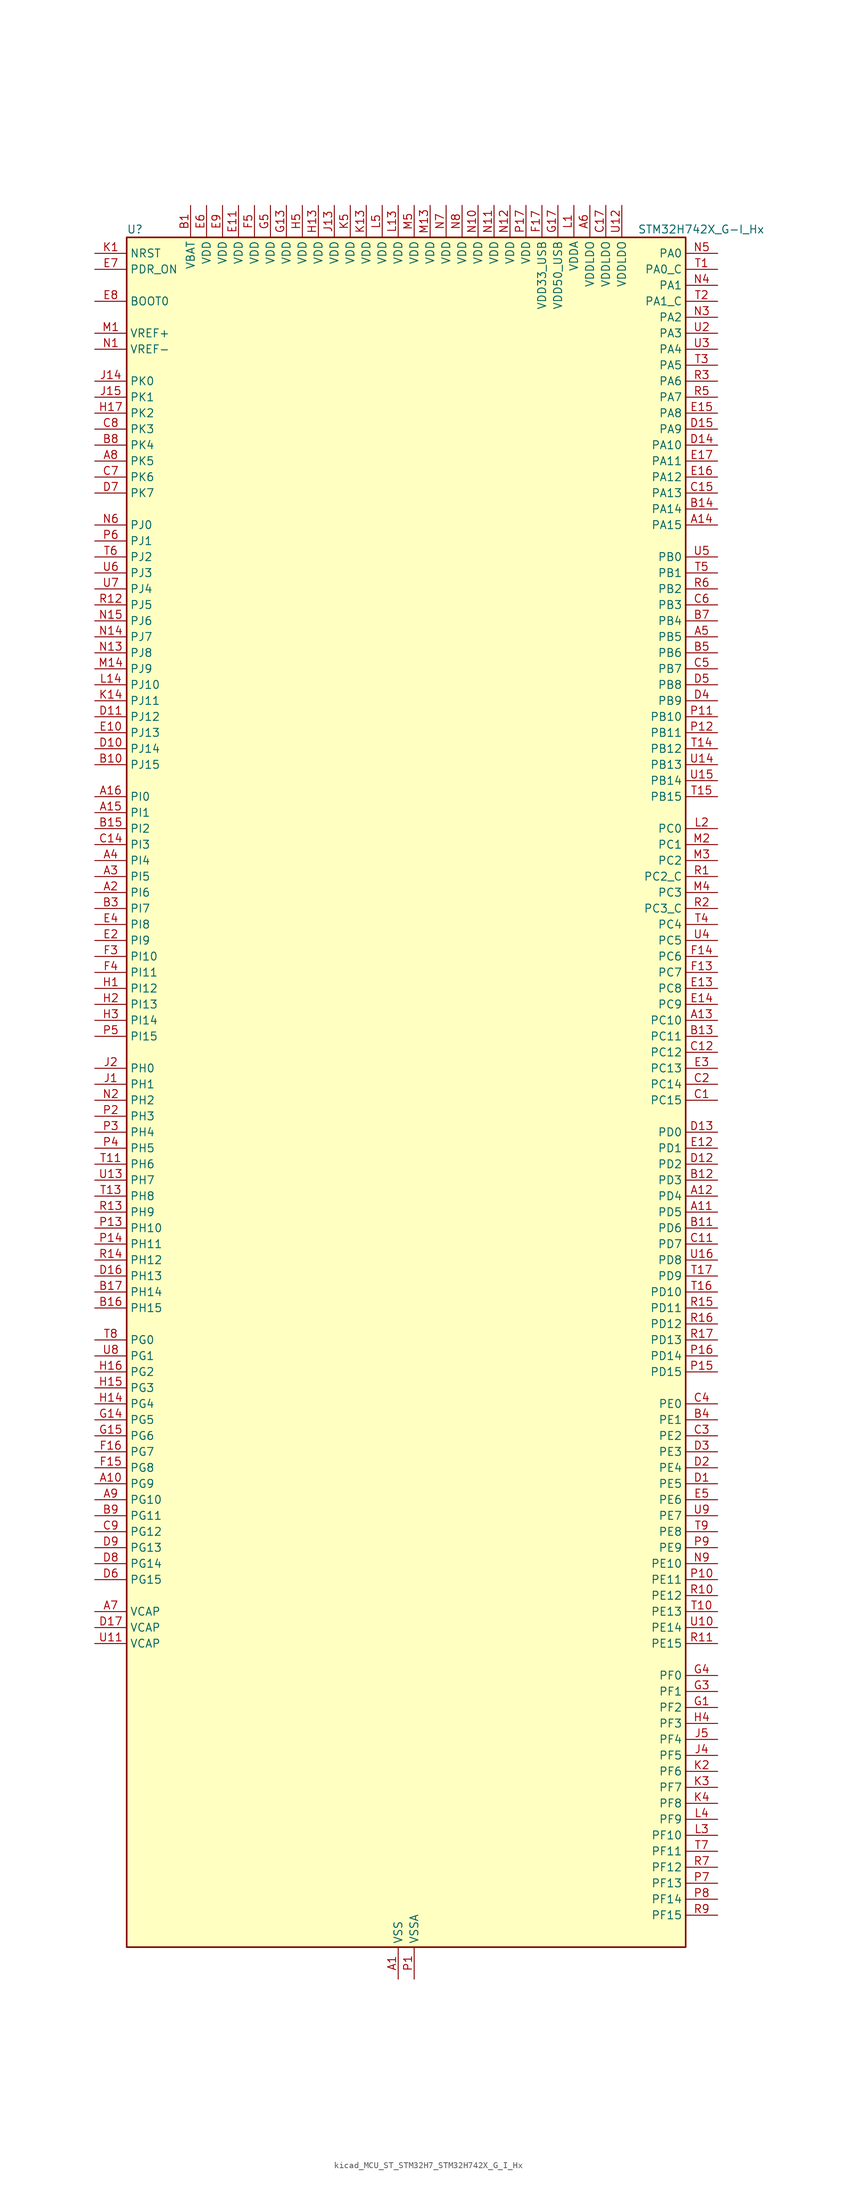
<source format=kicad_sym>
(kicad_symbol_lib
  (version 20220914)
  (generator kicad_symbol_editor)
  (symbol "kicad_MCU_ST_STM32H7_STM32H742X_G_I_Hx"
    (property "Reference" "U"
      (at -43.18 138.43 0)
      (effects (font (size 1.27 1.27)) (justify left)))
    (property "Value" "STM32H742X_G-I_Hx"
      (at 38.1 138.43 0)
      (effects (font (size 1.27 1.27)) (justify left)))
    (property "ki_locked" ""
      (at 0 0 0)
      (effects (font (size 1.27 1.27))))
    (symbol "kicad_MCU_ST_STM32H7_STM32H742X_G_I_Hx_0_1"
      (rectangle (start -43.18 -134.62) (end 45.72 137.16) (stroke (width 0.254) (type default)) (fill (type background))))
    (symbol "kicad_MCU_ST_STM32H7_STM32H742X_G_I_Hx_1_1"
      (pin power_in line (at 0 -139.7 90) (length 5.08) (name "VSS" (effects (font (size 1.27 1.27)))) (number "A1" (effects (font (size 1.27 1.27)))))
      (pin bidirectional line (at -48.26 -60.96 0) (length 5.08) (name "PG9" (effects (font (size 1.27 1.27)))) (number "A10" (effects (font (size 1.27 1.27)))) (alternate "DAC1_EXTI9" bidirectional line) (alternate "DCMI_VSYNC" bidirectional line) (alternate "FMC_NCE" bidirectional line) (alternate "FMC_NE2" bidirectional line) (alternate "I2S1_SDI" bidirectional line) (alternate "QUADSPI_BK2_IO2" bidirectional line) (alternate "SAI2_FS_B" bidirectional line) (alternate "SPDIFRX1_IN3" bidirectional line) (alternate "SPI1_MISO" bidirectional line) (alternate "USART6_RX" bidirectional line))
      (pin bidirectional line (at 50.8 -17.78 180) (length 5.08) (name "PD5" (effects (font (size 1.27 1.27)))) (number "A11" (effects (font (size 1.27 1.27)))) (alternate "FMC_NWE" bidirectional line) (alternate "HRTIM_EEV3" bidirectional line) (alternate "USART2_TX" bidirectional line))
      (pin bidirectional line (at 50.8 -15.24 180) (length 5.08) (name "PD4" (effects (font (size 1.27 1.27)))) (number "A12" (effects (font (size 1.27 1.27)))) (alternate "FMC_NOE" bidirectional line) (alternate "HRTIM_FLT3" bidirectional line) (alternate "SAI3_FS_A" bidirectional line) (alternate "USART2_DE" bidirectional line) (alternate "USART2_RTS" bidirectional line))
      (pin bidirectional line (at 50.8 12.7 180) (length 5.08) (name "PC10" (effects (font (size 1.27 1.27)))) (number "A13" (effects (font (size 1.27 1.27)))) (alternate "DCMI_D8" bidirectional line) (alternate "DFSDM1_CKIN5" bidirectional line) (alternate "HRTIM_EEV1" bidirectional line) (alternate "I2S3_CK" bidirectional line) (alternate "QUADSPI_BK1_IO1" bidirectional line) (alternate "SDMMC1_D2" bidirectional line) (alternate "SPI3_SCK" bidirectional line) (alternate "UART4_TX" bidirectional line) (alternate "USART3_TX" bidirectional line))
      (pin bidirectional line (at 50.8 91.44 180) (length 5.08) (name "PA15" (effects (font (size 1.27 1.27)))) (number "A14" (effects (font (size 1.27 1.27)))) (alternate "ADC1_EXTI15" bidirectional line) (alternate "ADC2_EXTI15" bidirectional line) (alternate "ADC3_EXTI15" bidirectional line) (alternate "CEC" bidirectional line) (alternate "DEBUG_JTDI" bidirectional line) (alternate "HRTIM_FLT1" bidirectional line) (alternate "I2S1_WS" bidirectional line) (alternate "I2S3_WS" bidirectional line) (alternate "SPI1_NSS" bidirectional line) (alternate "SPI3_NSS" bidirectional line) (alternate "SPI6_NSS" bidirectional line) (alternate "TIM2_CH1" bidirectional line) (alternate "TIM2_ETR" bidirectional line) (alternate "UART4_DE" bidirectional line) (alternate "UART4_RTS" bidirectional line) (alternate "UART7_TX" bidirectional line))
      (pin bidirectional line (at -48.26 45.72 0) (length 5.08) (name "PI1" (effects (font (size 1.27 1.27)))) (number "A15" (effects (font (size 1.27 1.27)))) (alternate "DCMI_D8" bidirectional line) (alternate "FMC_D25" bidirectional line) (alternate "I2S2_CK" bidirectional line) (alternate "SPI2_SCK" bidirectional line) (alternate "TIM8_BKIN2" bidirectional line) (alternate "TIM8_BKIN2_COMP1" bidirectional line) (alternate "TIM8_BKIN2_COMP2" bidirectional line))
      (pin bidirectional line (at -48.26 48.26 0) (length 5.08) (name "PI0" (effects (font (size 1.27 1.27)))) (number "A16" (effects (font (size 1.27 1.27)))) (alternate "DCMI_D13" bidirectional line) (alternate "FMC_D24" bidirectional line) (alternate "I2S2_WS" bidirectional line) (alternate "SPI2_NSS" bidirectional line) (alternate "TIM5_CH4" bidirectional line))
      (pin passive line (at 0 -139.7 90) (length 5.08) hide (name "VSS" (effects (font (size 1.27 1.27)))) (number "A17" (effects (font (size 1.27 1.27)))))
      (pin bidirectional line (at -48.26 33.02 0) (length 5.08) (name "PI6" (effects (font (size 1.27 1.27)))) (number "A2" (effects (font (size 1.27 1.27)))) (alternate "DCMI_D6" bidirectional line) (alternate "FMC_D28" bidirectional line) (alternate "SAI2_SD_A" bidirectional line) (alternate "TIM8_CH2" bidirectional line))
      (pin bidirectional line (at -48.26 35.56 0) (length 5.08) (name "PI5" (effects (font (size 1.27 1.27)))) (number "A3" (effects (font (size 1.27 1.27)))) (alternate "DCMI_VSYNC" bidirectional line) (alternate "FMC_NBL3" bidirectional line) (alternate "SAI2_SCK_A" bidirectional line) (alternate "TIM8_CH1" bidirectional line))
      (pin bidirectional line (at -48.26 38.1 0) (length 5.08) (name "PI4" (effects (font (size 1.27 1.27)))) (number "A4" (effects (font (size 1.27 1.27)))) (alternate "DCMI_D5" bidirectional line) (alternate "FMC_NBL2" bidirectional line) (alternate "SAI2_MCLK_A" bidirectional line) (alternate "TIM8_BKIN" bidirectional line) (alternate "TIM8_BKIN_COMP1" bidirectional line) (alternate "TIM8_BKIN_COMP2" bidirectional line))
      (pin bidirectional line (at 50.8 73.66 180) (length 5.08) (name "PB5" (effects (font (size 1.27 1.27)))) (number "A5" (effects (font (size 1.27 1.27)))) (alternate "DCMI_D10" bidirectional line) (alternate "ETH_PPS_OUT" bidirectional line) (alternate "FDCAN2_RX" bidirectional line) (alternate "FMC_SDCKE1" bidirectional line) (alternate "HRTIM_EEV7" bidirectional line) (alternate "I2C1_SMBA" bidirectional line) (alternate "I2C4_SMBA" bidirectional line) (alternate "I2S1_SDO" bidirectional line) (alternate "I2S3_SDO" bidirectional line) (alternate "SPI1_MOSI" bidirectional line) (alternate "SPI3_MOSI" bidirectional line) (alternate "SPI6_MOSI" bidirectional line) (alternate "TIM17_BKIN" bidirectional line) (alternate "TIM3_CH2" bidirectional line) (alternate "UART5_RX" bidirectional line) (alternate "USB_OTG_HS_ULPI_D7" bidirectional line))
      (pin power_in line (at 30.48 142.24 270) (length 5.08) (name "VDDLDO" (effects (font (size 1.27 1.27)))) (number "A6" (effects (font (size 1.27 1.27)))))
      (pin power_out line (at -48.26 -81.28 0) (length 5.08) (name "VCAP" (effects (font (size 1.27 1.27)))) (number "A7" (effects (font (size 1.27 1.27)))))
      (pin bidirectional line (at -48.26 101.6 0) (length 5.08) (name "PK5" (effects (font (size 1.27 1.27)))) (number "A8" (effects (font (size 1.27 1.27)))))
      (pin bidirectional line (at -48.26 -63.5 0) (length 5.08) (name "PG10" (effects (font (size 1.27 1.27)))) (number "A9" (effects (font (size 1.27 1.27)))) (alternate "DCMI_D2" bidirectional line) (alternate "FMC_NE3" bidirectional line) (alternate "HRTIM_FLT5" bidirectional line) (alternate "I2S1_WS" bidirectional line) (alternate "SAI2_SD_B" bidirectional line) (alternate "SPI1_NSS" bidirectional line))
      (pin power_in line (at -33.02 142.24 270) (length 5.08) (name "VBAT" (effects (font (size 1.27 1.27)))) (number "B1" (effects (font (size 1.27 1.27)))))
      (pin bidirectional line (at -48.26 53.34 0) (length 5.08) (name "PJ15" (effects (font (size 1.27 1.27)))) (number "B10" (effects (font (size 1.27 1.27)))) (alternate "ADC1_EXTI15" bidirectional line) (alternate "ADC2_EXTI15" bidirectional line) (alternate "ADC3_EXTI15" bidirectional line))
      (pin bidirectional line (at 50.8 -20.32 180) (length 5.08) (name "PD6" (effects (font (size 1.27 1.27)))) (number "B11" (effects (font (size 1.27 1.27)))) (alternate "DCMI_D10" bidirectional line) (alternate "DFSDM1_CKIN4" bidirectional line) (alternate "DFSDM1_DATIN1" bidirectional line) (alternate "FMC_NWAIT" bidirectional line) (alternate "I2S3_SDO" bidirectional line) (alternate "SAI1_D1" bidirectional line) (alternate "SAI1_SD_A" bidirectional line) (alternate "SAI4_D1" bidirectional line) (alternate "SAI4_SD_A" bidirectional line) (alternate "SDMMC2_CK" bidirectional line) (alternate "SPI3_MOSI" bidirectional line) (alternate "USART2_RX" bidirectional line))
      (pin bidirectional line (at 50.8 -12.7 180) (length 5.08) (name "PD3" (effects (font (size 1.27 1.27)))) (number "B12" (effects (font (size 1.27 1.27)))) (alternate "DCMI_D5" bidirectional line) (alternate "DFSDM1_CKOUT" bidirectional line) (alternate "FMC_CLK" bidirectional line) (alternate "I2S2_CK" bidirectional line) (alternate "SPI2_SCK" bidirectional line) (alternate "USART2_CTS" bidirectional line) (alternate "USART2_NSS" bidirectional line))
      (pin bidirectional line (at 50.8 10.16 180) (length 5.08) (name "PC11" (effects (font (size 1.27 1.27)))) (number "B13" (effects (font (size 1.27 1.27)))) (alternate "ADC1_EXTI11" bidirectional line) (alternate "ADC2_EXTI11" bidirectional line) (alternate "ADC3_EXTI11" bidirectional line) (alternate "DCMI_D4" bidirectional line) (alternate "DFSDM1_DATIN5" bidirectional line) (alternate "HRTIM_FLT2" bidirectional line) (alternate "I2S3_SDI" bidirectional line) (alternate "QUADSPI_BK2_NCS" bidirectional line) (alternate "SDMMC1_D3" bidirectional line) (alternate "SPI3_MISO" bidirectional line) (alternate "UART4_RX" bidirectional line) (alternate "USART3_RX" bidirectional line))
      (pin bidirectional line (at 50.8 93.98 180) (length 5.08) (name "PA14" (effects (font (size 1.27 1.27)))) (number "B14" (effects (font (size 1.27 1.27)))) (alternate "DEBUG_JTCK-SWCLK" bidirectional line))
      (pin bidirectional line (at -48.26 43.18 0) (length 5.08) (name "PI2" (effects (font (size 1.27 1.27)))) (number "B15" (effects (font (size 1.27 1.27)))) (alternate "DCMI_D9" bidirectional line) (alternate "FMC_D26" bidirectional line) (alternate "I2S2_SDI" bidirectional line) (alternate "SPI2_MISO" bidirectional line) (alternate "TIM8_CH4" bidirectional line))
      (pin bidirectional line (at -48.26 -33.02 0) (length 5.08) (name "PH15" (effects (font (size 1.27 1.27)))) (number "B16" (effects (font (size 1.27 1.27)))) (alternate "ADC1_EXTI15" bidirectional line) (alternate "ADC2_EXTI15" bidirectional line) (alternate "ADC3_EXTI15" bidirectional line) (alternate "DCMI_D11" bidirectional line) (alternate "FMC_D23" bidirectional line) (alternate "TIM8_CH3N" bidirectional line))
      (pin bidirectional line (at -48.26 -30.48 0) (length 5.08) (name "PH14" (effects (font (size 1.27 1.27)))) (number "B17" (effects (font (size 1.27 1.27)))) (alternate "DCMI_D4" bidirectional line) (alternate "FDCAN1_RX" bidirectional line) (alternate "FMC_D22" bidirectional line) (alternate "TIM8_CH2N" bidirectional line) (alternate "UART4_RX" bidirectional line))
      (pin passive line (at 0 -139.7 90) (length 5.08) hide (name "VSS" (effects (font (size 1.27 1.27)))) (number "B2" (effects (font (size 1.27 1.27)))))
      (pin bidirectional line (at -48.26 30.48 0) (length 5.08) (name "PI7" (effects (font (size 1.27 1.27)))) (number "B3" (effects (font (size 1.27 1.27)))) (alternate "DCMI_D7" bidirectional line) (alternate "FMC_D29" bidirectional line) (alternate "SAI2_FS_A" bidirectional line) (alternate "TIM8_CH3" bidirectional line))
      (pin bidirectional line (at 50.8 -50.8 180) (length 5.08) (name "PE1" (effects (font (size 1.27 1.27)))) (number "B4" (effects (font (size 1.27 1.27)))) (alternate "DCMI_D3" bidirectional line) (alternate "FMC_NBL1" bidirectional line) (alternate "HRTIM_SCOUT" bidirectional line) (alternate "LPTIM1_IN2" bidirectional line) (alternate "UART8_TX" bidirectional line))
      (pin bidirectional line (at 50.8 71.12 180) (length 5.08) (name "PB6" (effects (font (size 1.27 1.27)))) (number "B5" (effects (font (size 1.27 1.27)))) (alternate "CEC" bidirectional line) (alternate "DCMI_D5" bidirectional line) (alternate "DFSDM1_DATIN5" bidirectional line) (alternate "FDCAN2_TX" bidirectional line) (alternate "FMC_SDNE1" bidirectional line) (alternate "HRTIM_EEV8" bidirectional line) (alternate "I2C1_SCL" bidirectional line) (alternate "I2C4_SCL" bidirectional line) (alternate "LPUART1_TX" bidirectional line) (alternate "QUADSPI_BK1_NCS" bidirectional line) (alternate "TIM16_CH1N" bidirectional line) (alternate "TIM4_CH1" bidirectional line) (alternate "UART5_TX" bidirectional line) (alternate "USART1_TX" bidirectional line))
      (pin passive line (at 0 -139.7 90) (length 5.08) hide (name "VSS" (effects (font (size 1.27 1.27)))) (number "B6" (effects (font (size 1.27 1.27)))))
      (pin bidirectional line (at 50.8 76.2 180) (length 5.08) (name "PB4" (effects (font (size 1.27 1.27)))) (number "B7" (effects (font (size 1.27 1.27)))) (alternate "DEBUG_JTRST" bidirectional line) (alternate "HRTIM_EEV6" bidirectional line) (alternate "I2S1_SDI" bidirectional line) (alternate "I2S2_WS" bidirectional line) (alternate "I2S3_SDI" bidirectional line) (alternate "SDMMC2_D3" bidirectional line) (alternate "SPI1_MISO" bidirectional line) (alternate "SPI2_NSS" bidirectional line) (alternate "SPI3_MISO" bidirectional line) (alternate "SPI6_MISO" bidirectional line) (alternate "TIM16_BKIN" bidirectional line) (alternate "TIM3_CH1" bidirectional line) (alternate "UART7_TX" bidirectional line))
      (pin bidirectional line (at -48.26 104.14 0) (length 5.08) (name "PK4" (effects (font (size 1.27 1.27)))) (number "B8" (effects (font (size 1.27 1.27)))))
      (pin bidirectional line (at -48.26 -66.04 0) (length 5.08) (name "PG11" (effects (font (size 1.27 1.27)))) (number "B9" (effects (font (size 1.27 1.27)))) (alternate "ADC1_EXTI11" bidirectional line) (alternate "ADC2_EXTI11" bidirectional line) (alternate "ADC3_EXTI11" bidirectional line) (alternate "DCMI_D3" bidirectional line) (alternate "ETH_TX_EN" bidirectional line) (alternate "HRTIM_EEV4" bidirectional line) (alternate "I2S1_CK" bidirectional line) (alternate "LPTIM1_IN2" bidirectional line) (alternate "SDMMC2_D2" bidirectional line) (alternate "SPDIFRX1_IN0" bidirectional line) (alternate "SPI1_SCK" bidirectional line))
      (pin bidirectional line (at 50.8 0 180) (length 5.08) (name "PC15" (effects (font (size 1.27 1.27)))) (number "C1" (effects (font (size 1.27 1.27)))) (alternate "ADC1_EXTI15" bidirectional line) (alternate "ADC2_EXTI15" bidirectional line) (alternate "ADC3_EXTI15" bidirectional line) (alternate "RCC_OSC32_OUT" bidirectional line))
      (pin passive line (at 0 -139.7 90) (length 5.08) hide (name "VSS" (effects (font (size 1.27 1.27)))) (number "C10" (effects (font (size 1.27 1.27)))))
      (pin bidirectional line (at 50.8 -22.86 180) (length 5.08) (name "PD7" (effects (font (size 1.27 1.27)))) (number "C11" (effects (font (size 1.27 1.27)))) (alternate "DFSDM1_CKIN1" bidirectional line) (alternate "DFSDM1_DATIN4" bidirectional line) (alternate "FMC_NE1" bidirectional line) (alternate "I2S1_SDO" bidirectional line) (alternate "SDMMC2_CMD" bidirectional line) (alternate "SPDIFRX1_IN0" bidirectional line) (alternate "SPI1_MOSI" bidirectional line) (alternate "USART2_CK" bidirectional line))
      (pin bidirectional line (at 50.8 7.62 180) (length 5.08) (name "PC12" (effects (font (size 1.27 1.27)))) (number "C12" (effects (font (size 1.27 1.27)))) (alternate "DCMI_D9" bidirectional line) (alternate "DEBUG_TRACED3" bidirectional line) (alternate "HRTIM_EEV2" bidirectional line) (alternate "I2S3_SDO" bidirectional line) (alternate "SDMMC1_CK" bidirectional line) (alternate "SPI3_MOSI" bidirectional line) (alternate "UART5_TX" bidirectional line) (alternate "USART3_CK" bidirectional line))
      (pin passive line (at 0 -139.7 90) (length 5.08) hide (name "VSS" (effects (font (size 1.27 1.27)))) (number "C13" (effects (font (size 1.27 1.27)))))
      (pin bidirectional line (at -48.26 40.64 0) (length 5.08) (name "PI3" (effects (font (size 1.27 1.27)))) (number "C14" (effects (font (size 1.27 1.27)))) (alternate "DCMI_D10" bidirectional line) (alternate "FMC_D27" bidirectional line) (alternate "I2S2_SDO" bidirectional line) (alternate "SPI2_MOSI" bidirectional line) (alternate "TIM8_ETR" bidirectional line))
      (pin bidirectional line (at 50.8 96.52 180) (length 5.08) (name "PA13" (effects (font (size 1.27 1.27)))) (number "C15" (effects (font (size 1.27 1.27)))) (alternate "DEBUG_JTMS-SWDIO" bidirectional line))
      (pin passive line (at 0 -139.7 90) (length 5.08) hide (name "VSS" (effects (font (size 1.27 1.27)))) (number "C16" (effects (font (size 1.27 1.27)))))
      (pin power_in line (at 33.02 142.24 270) (length 5.08) (name "VDDLDO" (effects (font (size 1.27 1.27)))) (number "C17" (effects (font (size 1.27 1.27)))))
      (pin bidirectional line (at 50.8 2.54 180) (length 5.08) (name "PC14" (effects (font (size 1.27 1.27)))) (number "C2" (effects (font (size 1.27 1.27)))) (alternate "RCC_OSC32_IN" bidirectional line))
      (pin bidirectional line (at 50.8 -53.34 180) (length 5.08) (name "PE2" (effects (font (size 1.27 1.27)))) (number "C3" (effects (font (size 1.27 1.27)))) (alternate "DEBUG_TRACECLK" bidirectional line) (alternate "ETH_TXD3" bidirectional line) (alternate "FMC_A23" bidirectional line) (alternate "QUADSPI_BK1_IO2" bidirectional line) (alternate "SAI1_CK1" bidirectional line) (alternate "SAI1_MCLK_A" bidirectional line) (alternate "SAI4_CK1" bidirectional line) (alternate "SAI4_MCLK_A" bidirectional line) (alternate "SPI4_SCK" bidirectional line))
      (pin bidirectional line (at 50.8 -48.26 180) (length 5.08) (name "PE0" (effects (font (size 1.27 1.27)))) (number "C4" (effects (font (size 1.27 1.27)))) (alternate "DCMI_D2" bidirectional line) (alternate "FMC_NBL0" bidirectional line) (alternate "HRTIM_SCIN" bidirectional line) (alternate "LPTIM1_ETR" bidirectional line) (alternate "LPTIM2_ETR" bidirectional line) (alternate "SAI2_MCLK_A" bidirectional line) (alternate "TIM4_ETR" bidirectional line) (alternate "UART8_RX" bidirectional line))
      (pin bidirectional line (at 50.8 68.58 180) (length 5.08) (name "PB7" (effects (font (size 1.27 1.27)))) (number "C5" (effects (font (size 1.27 1.27)))) (alternate "DCMI_VSYNC" bidirectional line) (alternate "DFSDM1_CKIN5" bidirectional line) (alternate "FMC_NL" bidirectional line) (alternate "HRTIM_EEV9" bidirectional line) (alternate "I2C1_SDA" bidirectional line) (alternate "I2C4_SDA" bidirectional line) (alternate "LPUART1_RX" bidirectional line) (alternate "PWR_PVD_IN" bidirectional line) (alternate "TIM17_CH1N" bidirectional line) (alternate "TIM4_CH2" bidirectional line) (alternate "USART1_RX" bidirectional line))
      (pin bidirectional line (at 50.8 78.74 180) (length 5.08) (name "PB3" (effects (font (size 1.27 1.27)))) (number "C6" (effects (font (size 1.27 1.27)))) (alternate "CRS_SYNC" bidirectional line) (alternate "DEBUG_JTDO-SWO" bidirectional line) (alternate "HRTIM_FLT4" bidirectional line) (alternate "I2S1_CK" bidirectional line) (alternate "I2S3_CK" bidirectional line) (alternate "SDMMC2_D2" bidirectional line) (alternate "SPI1_SCK" bidirectional line) (alternate "SPI3_SCK" bidirectional line) (alternate "SPI6_SCK" bidirectional line) (alternate "TIM2_CH2" bidirectional line) (alternate "UART7_RX" bidirectional line))
      (pin bidirectional line (at -48.26 99.06 0) (length 5.08) (name "PK6" (effects (font (size 1.27 1.27)))) (number "C7" (effects (font (size 1.27 1.27)))))
      (pin bidirectional line (at -48.26 106.68 0) (length 5.08) (name "PK3" (effects (font (size 1.27 1.27)))) (number "C8" (effects (font (size 1.27 1.27)))))
      (pin bidirectional line (at -48.26 -68.58 0) (length 5.08) (name "PG12" (effects (font (size 1.27 1.27)))) (number "C9" (effects (font (size 1.27 1.27)))) (alternate "ETH_TXD1" bidirectional line) (alternate "FMC_NE4" bidirectional line) (alternate "HRTIM_EEV5" bidirectional line) (alternate "LPTIM1_IN1" bidirectional line) (alternate "SPDIFRX1_IN1" bidirectional line) (alternate "SPI6_MISO" bidirectional line) (alternate "USART6_DE" bidirectional line) (alternate "USART6_RTS" bidirectional line))
      (pin bidirectional line (at 50.8 -60.96 180) (length 5.08) (name "PE5" (effects (font (size 1.27 1.27)))) (number "D1" (effects (font (size 1.27 1.27)))) (alternate "DCMI_D6" bidirectional line) (alternate "DEBUG_TRACED2" bidirectional line) (alternate "DFSDM1_CKIN3" bidirectional line) (alternate "FMC_A21" bidirectional line) (alternate "SAI1_CK2" bidirectional line) (alternate "SAI1_SCK_A" bidirectional line) (alternate "SAI4_CK2" bidirectional line) (alternate "SAI4_SCK_A" bidirectional line) (alternate "SPI4_MISO" bidirectional line) (alternate "TIM15_CH1" bidirectional line))
      (pin bidirectional line (at -48.26 55.88 0) (length 5.08) (name "PJ14" (effects (font (size 1.27 1.27)))) (number "D10" (effects (font (size 1.27 1.27)))))
      (pin bidirectional line (at -48.26 60.96 0) (length 5.08) (name "PJ12" (effects (font (size 1.27 1.27)))) (number "D11" (effects (font (size 1.27 1.27)))) (alternate "DEBUG_TRGOUT" bidirectional line))
      (pin bidirectional line (at 50.8 -10.16 180) (length 5.08) (name "PD2" (effects (font (size 1.27 1.27)))) (number "D12" (effects (font (size 1.27 1.27)))) (alternate "DCMI_D11" bidirectional line) (alternate "DEBUG_TRACED2" bidirectional line) (alternate "SDMMC1_CMD" bidirectional line) (alternate "TIM3_ETR" bidirectional line) (alternate "UART5_RX" bidirectional line))
      (pin bidirectional line (at 50.8 -5.08 180) (length 5.08) (name "PD0" (effects (font (size 1.27 1.27)))) (number "D13" (effects (font (size 1.27 1.27)))) (alternate "DFSDM1_CKIN6" bidirectional line) (alternate "FDCAN1_RX" bidirectional line) (alternate "FMC_D2" bidirectional line) (alternate "FMC_DA2" bidirectional line) (alternate "SAI3_SCK_A" bidirectional line) (alternate "UART4_RX" bidirectional line))
      (pin bidirectional line (at 50.8 104.14 180) (length 5.08) (name "PA10" (effects (font (size 1.27 1.27)))) (number "D14" (effects (font (size 1.27 1.27)))) (alternate "DCMI_D1" bidirectional line) (alternate "HRTIM_CHC2" bidirectional line) (alternate "LPUART1_RX" bidirectional line) (alternate "MDIOS_MDIO" bidirectional line) (alternate "TIM1_CH3" bidirectional line) (alternate "USART1_RX" bidirectional line) (alternate "USB_OTG_FS_ID" bidirectional line))
      (pin bidirectional line (at 50.8 106.68 180) (length 5.08) (name "PA9" (effects (font (size 1.27 1.27)))) (number "D15" (effects (font (size 1.27 1.27)))) (alternate "DAC1_EXTI9" bidirectional line) (alternate "DCMI_D0" bidirectional line) (alternate "HRTIM_CHC1" bidirectional line) (alternate "I2C3_SMBA" bidirectional line) (alternate "I2S2_CK" bidirectional line) (alternate "LPUART1_TX" bidirectional line) (alternate "SPI2_SCK" bidirectional line) (alternate "TIM1_CH2" bidirectional line) (alternate "USART1_TX" bidirectional line) (alternate "USB_OTG_FS_VBUS" bidirectional line))
      (pin bidirectional line (at -48.26 -27.94 0) (length 5.08) (name "PH13" (effects (font (size 1.27 1.27)))) (number "D16" (effects (font (size 1.27 1.27)))) (alternate "FDCAN1_TX" bidirectional line) (alternate "FMC_D21" bidirectional line) (alternate "TIM8_CH1N" bidirectional line) (alternate "UART4_TX" bidirectional line))
      (pin power_out line (at -48.26 -83.82 0) (length 5.08) (name "VCAP" (effects (font (size 1.27 1.27)))) (number "D17" (effects (font (size 1.27 1.27)))))
      (pin bidirectional line (at 50.8 -58.42 180) (length 5.08) (name "PE4" (effects (font (size 1.27 1.27)))) (number "D2" (effects (font (size 1.27 1.27)))) (alternate "DCMI_D4" bidirectional line) (alternate "DEBUG_TRACED1" bidirectional line) (alternate "DFSDM1_DATIN3" bidirectional line) (alternate "FMC_A20" bidirectional line) (alternate "SAI1_D2" bidirectional line) (alternate "SAI1_FS_A" bidirectional line) (alternate "SAI4_D2" bidirectional line) (alternate "SAI4_FS_A" bidirectional line) (alternate "SPI4_NSS" bidirectional line) (alternate "TIM15_CH1N" bidirectional line))
      (pin bidirectional line (at 50.8 -55.88 180) (length 5.08) (name "PE3" (effects (font (size 1.27 1.27)))) (number "D3" (effects (font (size 1.27 1.27)))) (alternate "DEBUG_TRACED0" bidirectional line) (alternate "FMC_A19" bidirectional line) (alternate "SAI1_SD_B" bidirectional line) (alternate "SAI4_SD_B" bidirectional line) (alternate "TIM15_BKIN" bidirectional line))
      (pin bidirectional line (at 50.8 63.5 180) (length 5.08) (name "PB9" (effects (font (size 1.27 1.27)))) (number "D4" (effects (font (size 1.27 1.27)))) (alternate "DAC1_EXTI9" bidirectional line) (alternate "DCMI_D7" bidirectional line) (alternate "DFSDM1_DATIN7" bidirectional line) (alternate "FDCAN1_TX" bidirectional line) (alternate "I2C1_SDA" bidirectional line) (alternate "I2C4_SDA" bidirectional line) (alternate "I2C4_SMBA" bidirectional line) (alternate "I2S2_WS" bidirectional line) (alternate "SDMMC1_CDIR" bidirectional line) (alternate "SDMMC1_D5" bidirectional line) (alternate "SDMMC2_D5" bidirectional line) (alternate "SPI2_NSS" bidirectional line) (alternate "TIM17_CH1" bidirectional line) (alternate "TIM4_CH4" bidirectional line) (alternate "UART4_TX" bidirectional line))
      (pin bidirectional line (at 50.8 66.04 180) (length 5.08) (name "PB8" (effects (font (size 1.27 1.27)))) (number "D5" (effects (font (size 1.27 1.27)))) (alternate "DCMI_D6" bidirectional line) (alternate "DFSDM1_CKIN7" bidirectional line) (alternate "ETH_TXD3" bidirectional line) (alternate "FDCAN1_RX" bidirectional line) (alternate "I2C1_SCL" bidirectional line) (alternate "I2C4_SCL" bidirectional line) (alternate "SDMMC1_CKIN" bidirectional line) (alternate "SDMMC1_D4" bidirectional line) (alternate "SDMMC2_D4" bidirectional line) (alternate "TIM16_CH1" bidirectional line) (alternate "TIM4_CH3" bidirectional line) (alternate "UART4_RX" bidirectional line))
      (pin bidirectional line (at -48.26 -76.2 0) (length 5.08) (name "PG15" (effects (font (size 1.27 1.27)))) (number "D6" (effects (font (size 1.27 1.27)))) (alternate "ADC1_EXTI15" bidirectional line) (alternate "ADC2_EXTI15" bidirectional line) (alternate "ADC3_EXTI15" bidirectional line) (alternate "DCMI_D13" bidirectional line) (alternate "FMC_SDNCAS" bidirectional line) (alternate "USART6_CTS" bidirectional line) (alternate "USART6_NSS" bidirectional line))
      (pin bidirectional line (at -48.26 96.52 0) (length 5.08) (name "PK7" (effects (font (size 1.27 1.27)))) (number "D7" (effects (font (size 1.27 1.27)))))
      (pin bidirectional line (at -48.26 -73.66 0) (length 5.08) (name "PG14" (effects (font (size 1.27 1.27)))) (number "D8" (effects (font (size 1.27 1.27)))) (alternate "DEBUG_TRACED1" bidirectional line) (alternate "ETH_TXD1" bidirectional line) (alternate "FMC_A25" bidirectional line) (alternate "LPTIM1_ETR" bidirectional line) (alternate "QUADSPI_BK2_IO3" bidirectional line) (alternate "SPI6_MOSI" bidirectional line) (alternate "USART6_TX" bidirectional line))
      (pin bidirectional line (at -48.26 -71.12 0) (length 5.08) (name "PG13" (effects (font (size 1.27 1.27)))) (number "D9" (effects (font (size 1.27 1.27)))) (alternate "DEBUG_TRACED0" bidirectional line) (alternate "ETH_TXD0" bidirectional line) (alternate "FMC_A24" bidirectional line) (alternate "HRTIM_EEV10" bidirectional line) (alternate "LPTIM1_OUT" bidirectional line) (alternate "SPI6_SCK" bidirectional line) (alternate "USART6_CTS" bidirectional line) (alternate "USART6_NSS" bidirectional line))
      (pin no_connect line (at -43.18 -134.62 0) (length 5.08) hide (name "NC" (effects (font (size 1.27 1.27)))) (number "E1" (effects (font (size 1.27 1.27)))))
      (pin bidirectional line (at -48.26 58.42 0) (length 5.08) (name "PJ13" (effects (font (size 1.27 1.27)))) (number "E10" (effects (font (size 1.27 1.27)))))
      (pin power_in line (at -25.4 142.24 270) (length 5.08) (name "VDD" (effects (font (size 1.27 1.27)))) (number "E11" (effects (font (size 1.27 1.27)))))
      (pin bidirectional line (at 50.8 -7.62 180) (length 5.08) (name "PD1" (effects (font (size 1.27 1.27)))) (number "E12" (effects (font (size 1.27 1.27)))) (alternate "DFSDM1_DATIN6" bidirectional line) (alternate "FDCAN1_TX" bidirectional line) (alternate "FMC_D3" bidirectional line) (alternate "FMC_DA3" bidirectional line) (alternate "SAI3_SD_A" bidirectional line) (alternate "UART4_TX" bidirectional line))
      (pin bidirectional line (at 50.8 17.78 180) (length 5.08) (name "PC8" (effects (font (size 1.27 1.27)))) (number "E13" (effects (font (size 1.27 1.27)))) (alternate "DCMI_D2" bidirectional line) (alternate "DEBUG_TRACED1" bidirectional line) (alternate "FMC_NCE" bidirectional line) (alternate "FMC_NE2" bidirectional line) (alternate "HRTIM_CHB1" bidirectional line) (alternate "SDMMC1_D0" bidirectional line) (alternate "SWPMI1_RX" bidirectional line) (alternate "TIM3_CH3" bidirectional line) (alternate "TIM8_CH3" bidirectional line) (alternate "UART5_DE" bidirectional line) (alternate "UART5_RTS" bidirectional line) (alternate "USART6_CK" bidirectional line))
      (pin bidirectional line (at 50.8 15.24 180) (length 5.08) (name "PC9" (effects (font (size 1.27 1.27)))) (number "E14" (effects (font (size 1.27 1.27)))) (alternate "DAC1_EXTI9" bidirectional line) (alternate "DCMI_D3" bidirectional line) (alternate "I2C3_SDA" bidirectional line) (alternate "I2S_CKIN" bidirectional line) (alternate "QUADSPI_BK1_IO0" bidirectional line) (alternate "RCC_MCO_2" bidirectional line) (alternate "SDMMC1_D1" bidirectional line) (alternate "SWPMI1_SUSPEND" bidirectional line) (alternate "TIM3_CH4" bidirectional line) (alternate "TIM8_CH4" bidirectional line) (alternate "UART5_CTS" bidirectional line))
      (pin bidirectional line (at 50.8 109.22 180) (length 5.08) (name "PA8" (effects (font (size 1.27 1.27)))) (number "E15" (effects (font (size 1.27 1.27)))) (alternate "HRTIM_CHB2" bidirectional line) (alternate "I2C3_SCL" bidirectional line) (alternate "RCC_MCO_1" bidirectional line) (alternate "TIM1_CH1" bidirectional line) (alternate "TIM8_BKIN2" bidirectional line) (alternate "TIM8_BKIN2_COMP1" bidirectional line) (alternate "TIM8_BKIN2_COMP2" bidirectional line) (alternate "UART7_RX" bidirectional line) (alternate "USART1_CK" bidirectional line) (alternate "USB_OTG_FS_SOF" bidirectional line))
      (pin bidirectional line (at 50.8 99.06 180) (length 5.08) (name "PA12" (effects (font (size 1.27 1.27)))) (number "E16" (effects (font (size 1.27 1.27)))) (alternate "FDCAN1_TX" bidirectional line) (alternate "HRTIM_CHD2" bidirectional line) (alternate "I2S2_CK" bidirectional line) (alternate "LPUART1_DE" bidirectional line) (alternate "LPUART1_RTS" bidirectional line) (alternate "SAI2_FS_B" bidirectional line) (alternate "SPI2_SCK" bidirectional line) (alternate "TIM1_ETR" bidirectional line) (alternate "UART4_TX" bidirectional line) (alternate "USART1_DE" bidirectional line) (alternate "USART1_RTS" bidirectional line) (alternate "USB_OTG_FS_DP" bidirectional line))
      (pin bidirectional line (at 50.8 101.6 180) (length 5.08) (name "PA11" (effects (font (size 1.27 1.27)))) (number "E17" (effects (font (size 1.27 1.27)))) (alternate "ADC1_EXTI11" bidirectional line) (alternate "ADC2_EXTI11" bidirectional line) (alternate "ADC3_EXTI11" bidirectional line) (alternate "FDCAN1_RX" bidirectional line) (alternate "HRTIM_CHD1" bidirectional line) (alternate "I2S2_WS" bidirectional line) (alternate "LPUART1_CTS" bidirectional line) (alternate "SPI2_NSS" bidirectional line) (alternate "TIM1_CH4" bidirectional line) (alternate "UART4_RX" bidirectional line) (alternate "USART1_CTS" bidirectional line) (alternate "USART1_NSS" bidirectional line) (alternate "USB_OTG_FS_DM" bidirectional line))
      (pin bidirectional line (at -48.26 25.4 0) (length 5.08) (name "PI9" (effects (font (size 1.27 1.27)))) (number "E2" (effects (font (size 1.27 1.27)))) (alternate "DAC1_EXTI9" bidirectional line) (alternate "FDCAN1_RX" bidirectional line) (alternate "FMC_D30" bidirectional line) (alternate "UART4_RX" bidirectional line))
      (pin bidirectional line (at 50.8 5.08 180) (length 5.08) (name "PC13" (effects (font (size 1.27 1.27)))) (number "E3" (effects (font (size 1.27 1.27)))) (alternate "PWR_WKUP2" bidirectional line) (alternate "RTC_OUT_ALARM" bidirectional line) (alternate "RTC_OUT_CALIB" bidirectional line) (alternate "RTC_TAMP1" bidirectional line) (alternate "RTC_TS" bidirectional line))
      (pin bidirectional line (at -48.26 27.94 0) (length 5.08) (name "PI8" (effects (font (size 1.27 1.27)))) (number "E4" (effects (font (size 1.27 1.27)))) (alternate "PWR_WKUP3" bidirectional line) (alternate "RTC_TAMP2" bidirectional line))
      (pin bidirectional line (at 50.8 -63.5 180) (length 5.08) (name "PE6" (effects (font (size 1.27 1.27)))) (number "E5" (effects (font (size 1.27 1.27)))) (alternate "DCMI_D7" bidirectional line) (alternate "DEBUG_TRACED3" bidirectional line) (alternate "FMC_A22" bidirectional line) (alternate "SAI1_D1" bidirectional line) (alternate "SAI1_SD_A" bidirectional line) (alternate "SAI2_MCLK_B" bidirectional line) (alternate "SAI4_D1" bidirectional line) (alternate "SAI4_SD_A" bidirectional line) (alternate "SPI4_MOSI" bidirectional line) (alternate "TIM15_CH2" bidirectional line) (alternate "TIM1_BKIN2" bidirectional line) (alternate "TIM1_BKIN2_COMP1" bidirectional line) (alternate "TIM1_BKIN2_COMP2" bidirectional line))
      (pin power_in line (at -30.48 142.24 270) (length 5.08) (name "VDD" (effects (font (size 1.27 1.27)))) (number "E6" (effects (font (size 1.27 1.27)))))
      (pin input line (at -48.26 132.08 0) (length 5.08) (name "PDR_ON" (effects (font (size 1.27 1.27)))) (number "E7" (effects (font (size 1.27 1.27)))))
      (pin input line (at -48.26 127 0) (length 5.08) (name "BOOT0" (effects (font (size 1.27 1.27)))) (number "E8" (effects (font (size 1.27 1.27)))))
      (pin power_in line (at -27.94 142.24 270) (length 5.08) (name "VDD" (effects (font (size 1.27 1.27)))) (number "E9" (effects (font (size 1.27 1.27)))))
      (pin passive line (at 0 -139.7 90) (length 5.08) hide (name "VSS" (effects (font (size 1.27 1.27)))) (number "F1" (effects (font (size 1.27 1.27)))))
      (pin bidirectional line (at 50.8 20.32 180) (length 5.08) (name "PC7" (effects (font (size 1.27 1.27)))) (number "F13" (effects (font (size 1.27 1.27)))) (alternate "DCMI_D1" bidirectional line) (alternate "DEBUG_TRGIO" bidirectional line) (alternate "DFSDM1_DATIN3" bidirectional line) (alternate "FMC_NE1" bidirectional line) (alternate "HRTIM_CHA2" bidirectional line) (alternate "I2S3_MCK" bidirectional line) (alternate "SDMMC1_D123DIR" bidirectional line) (alternate "SDMMC1_D7" bidirectional line) (alternate "SDMMC2_D7" bidirectional line) (alternate "SWPMI1_TX" bidirectional line) (alternate "TIM3_CH2" bidirectional line) (alternate "TIM8_CH2" bidirectional line) (alternate "USART6_RX" bidirectional line))
      (pin bidirectional line (at 50.8 22.86 180) (length 5.08) (name "PC6" (effects (font (size 1.27 1.27)))) (number "F14" (effects (font (size 1.27 1.27)))) (alternate "DCMI_D0" bidirectional line) (alternate "DFSDM1_CKIN3" bidirectional line) (alternate "FMC_NWAIT" bidirectional line) (alternate "HRTIM_CHA1" bidirectional line) (alternate "I2S2_MCK" bidirectional line) (alternate "SDMMC1_D0DIR" bidirectional line) (alternate "SDMMC1_D6" bidirectional line) (alternate "SDMMC2_D6" bidirectional line) (alternate "SWPMI1_IO" bidirectional line) (alternate "TIM3_CH1" bidirectional line) (alternate "TIM8_CH1" bidirectional line) (alternate "USART6_TX" bidirectional line))
      (pin bidirectional line (at -48.26 -58.42 0) (length 5.08) (name "PG8" (effects (font (size 1.27 1.27)))) (number "F15" (effects (font (size 1.27 1.27)))) (alternate "ETH_PPS_OUT" bidirectional line) (alternate "FMC_SDCLK" bidirectional line) (alternate "SPDIFRX1_IN2" bidirectional line) (alternate "SPI6_NSS" bidirectional line) (alternate "TIM8_ETR" bidirectional line) (alternate "USART6_DE" bidirectional line) (alternate "USART6_RTS" bidirectional line))
      (pin bidirectional line (at -48.26 -55.88 0) (length 5.08) (name "PG7" (effects (font (size 1.27 1.27)))) (number "F16" (effects (font (size 1.27 1.27)))) (alternate "DCMI_D13" bidirectional line) (alternate "FMC_INT" bidirectional line) (alternate "HRTIM_CHE2" bidirectional line) (alternate "SAI1_MCLK_A" bidirectional line) (alternate "USART6_CK" bidirectional line))
      (pin power_in line (at 22.86 142.24 270) (length 5.08) (name "VDD33_USB" (effects (font (size 1.27 1.27)))) (number "F17" (effects (font (size 1.27 1.27)))))
      (pin passive line (at 0 -139.7 90) (length 5.08) hide (name "VSS" (effects (font (size 1.27 1.27)))) (number "F2" (effects (font (size 1.27 1.27)))))
      (pin bidirectional line (at -48.26 22.86 0) (length 5.08) (name "PI10" (effects (font (size 1.27 1.27)))) (number "F3" (effects (font (size 1.27 1.27)))) (alternate "ETH_RX_ER" bidirectional line) (alternate "FMC_D31" bidirectional line))
      (pin bidirectional line (at -48.26 20.32 0) (length 5.08) (name "PI11" (effects (font (size 1.27 1.27)))) (number "F4" (effects (font (size 1.27 1.27)))) (alternate "ADC1_EXTI11" bidirectional line) (alternate "ADC2_EXTI11" bidirectional line) (alternate "ADC3_EXTI11" bidirectional line) (alternate "PWR_WKUP4" bidirectional line) (alternate "USB_OTG_HS_ULPI_DIR" bidirectional line))
      (pin power_in line (at -22.86 142.24 270) (length 5.08) (name "VDD" (effects (font (size 1.27 1.27)))) (number "F5" (effects (font (size 1.27 1.27)))))
      (pin bidirectional line (at 50.8 -96.52 180) (length 5.08) (name "PF2" (effects (font (size 1.27 1.27)))) (number "G1" (effects (font (size 1.27 1.27)))) (alternate "FMC_A2" bidirectional line) (alternate "I2C2_SMBA" bidirectional line))
      (pin passive line (at 0 -139.7 90) (length 5.08) hide (name "VSS" (effects (font (size 1.27 1.27)))) (number "G10" (effects (font (size 1.27 1.27)))))
      (pin passive line (at 0 -139.7 90) (length 5.08) hide (name "VSS" (effects (font (size 1.27 1.27)))) (number "G11" (effects (font (size 1.27 1.27)))))
      (pin power_in line (at -17.78 142.24 270) (length 5.08) (name "VDD" (effects (font (size 1.27 1.27)))) (number "G13" (effects (font (size 1.27 1.27)))))
      (pin bidirectional line (at -48.26 -50.8 0) (length 5.08) (name "PG5" (effects (font (size 1.27 1.27)))) (number "G14" (effects (font (size 1.27 1.27)))) (alternate "FMC_A15" bidirectional line) (alternate "FMC_BA1" bidirectional line) (alternate "TIM1_ETR" bidirectional line))
      (pin bidirectional line (at -48.26 -53.34 0) (length 5.08) (name "PG6" (effects (font (size 1.27 1.27)))) (number "G15" (effects (font (size 1.27 1.27)))) (alternate "DCMI_D12" bidirectional line) (alternate "FMC_NE3" bidirectional line) (alternate "HRTIM_CHE1" bidirectional line) (alternate "QUADSPI_BK1_NCS" bidirectional line) (alternate "TIM17_BKIN" bidirectional line))
      (pin passive line (at 0 -139.7 90) (length 5.08) hide (name "VSS" (effects (font (size 1.27 1.27)))) (number "G16" (effects (font (size 1.27 1.27)))))
      (pin power_in line (at 25.4 142.24 270) (length 5.08) (name "VDD50_USB" (effects (font (size 1.27 1.27)))) (number "G17" (effects (font (size 1.27 1.27)))))
      (pin passive line (at 0 -139.7 90) (length 5.08) hide (name "VSS" (effects (font (size 1.27 1.27)))) (number "G2" (effects (font (size 1.27 1.27)))))
      (pin bidirectional line (at 50.8 -93.98 180) (length 5.08) (name "PF1" (effects (font (size 1.27 1.27)))) (number "G3" (effects (font (size 1.27 1.27)))) (alternate "FMC_A1" bidirectional line) (alternate "I2C2_SCL" bidirectional line))
      (pin bidirectional line (at 50.8 -91.44 180) (length 5.08) (name "PF0" (effects (font (size 1.27 1.27)))) (number "G4" (effects (font (size 1.27 1.27)))) (alternate "FMC_A0" bidirectional line) (alternate "I2C2_SDA" bidirectional line))
      (pin power_in line (at -20.32 142.24 270) (length 5.08) (name "VDD" (effects (font (size 1.27 1.27)))) (number "G5" (effects (font (size 1.27 1.27)))))
      (pin passive line (at 0 -139.7 90) (length 5.08) hide (name "VSS" (effects (font (size 1.27 1.27)))) (number "G7" (effects (font (size 1.27 1.27)))))
      (pin passive line (at 0 -139.7 90) (length 5.08) hide (name "VSS" (effects (font (size 1.27 1.27)))) (number "G8" (effects (font (size 1.27 1.27)))))
      (pin passive line (at 0 -139.7 90) (length 5.08) hide (name "VSS" (effects (font (size 1.27 1.27)))) (number "G9" (effects (font (size 1.27 1.27)))))
      (pin bidirectional line (at -48.26 17.78 0) (length 5.08) (name "PI12" (effects (font (size 1.27 1.27)))) (number "H1" (effects (font (size 1.27 1.27)))))
      (pin passive line (at 0 -139.7 90) (length 5.08) hide (name "VSS" (effects (font (size 1.27 1.27)))) (number "H10" (effects (font (size 1.27 1.27)))))
      (pin passive line (at 0 -139.7 90) (length 5.08) hide (name "VSS" (effects (font (size 1.27 1.27)))) (number "H11" (effects (font (size 1.27 1.27)))))
      (pin power_in line (at -12.7 142.24 270) (length 5.08) (name "VDD" (effects (font (size 1.27 1.27)))) (number "H13" (effects (font (size 1.27 1.27)))))
      (pin bidirectional line (at -48.26 -48.26 0) (length 5.08) (name "PG4" (effects (font (size 1.27 1.27)))) (number "H14" (effects (font (size 1.27 1.27)))) (alternate "FMC_A14" bidirectional line) (alternate "FMC_BA0" bidirectional line) (alternate "TIM1_BKIN2" bidirectional line) (alternate "TIM1_BKIN2_COMP1" bidirectional line) (alternate "TIM1_BKIN2_COMP2" bidirectional line))
      (pin bidirectional line (at -48.26 -45.72 0) (length 5.08) (name "PG3" (effects (font (size 1.27 1.27)))) (number "H15" (effects (font (size 1.27 1.27)))) (alternate "FMC_A13" bidirectional line) (alternate "TIM8_BKIN2" bidirectional line) (alternate "TIM8_BKIN2_COMP1" bidirectional line) (alternate "TIM8_BKIN2_COMP2" bidirectional line))
      (pin bidirectional line (at -48.26 -43.18 0) (length 5.08) (name "PG2" (effects (font (size 1.27 1.27)))) (number "H16" (effects (font (size 1.27 1.27)))) (alternate "FMC_A12" bidirectional line) (alternate "TIM8_BKIN" bidirectional line) (alternate "TIM8_BKIN_COMP1" bidirectional line) (alternate "TIM8_BKIN_COMP2" bidirectional line))
      (pin bidirectional line (at -48.26 109.22 0) (length 5.08) (name "PK2" (effects (font (size 1.27 1.27)))) (number "H17" (effects (font (size 1.27 1.27)))) (alternate "TIM1_BKIN" bidirectional line) (alternate "TIM1_BKIN_COMP1" bidirectional line) (alternate "TIM1_BKIN_COMP2" bidirectional line) (alternate "TIM8_BKIN" bidirectional line) (alternate "TIM8_BKIN_COMP1" bidirectional line) (alternate "TIM8_BKIN_COMP2" bidirectional line))
      (pin bidirectional line (at -48.26 15.24 0) (length 5.08) (name "PI13" (effects (font (size 1.27 1.27)))) (number "H2" (effects (font (size 1.27 1.27)))))
      (pin bidirectional line (at -48.26 12.7 0) (length 5.08) (name "PI14" (effects (font (size 1.27 1.27)))) (number "H3" (effects (font (size 1.27 1.27)))))
      (pin bidirectional line (at 50.8 -99.06 180) (length 5.08) (name "PF3" (effects (font (size 1.27 1.27)))) (number "H4" (effects (font (size 1.27 1.27)))) (alternate "ADC3_INP5" bidirectional line) (alternate "FMC_A3" bidirectional line))
      (pin power_in line (at -15.24 142.24 270) (length 5.08) (name "VDD" (effects (font (size 1.27 1.27)))) (number "H5" (effects (font (size 1.27 1.27)))))
      (pin passive line (at 0 -139.7 90) (length 5.08) hide (name "VSS" (effects (font (size 1.27 1.27)))) (number "H7" (effects (font (size 1.27 1.27)))))
      (pin passive line (at 0 -139.7 90) (length 5.08) hide (name "VSS" (effects (font (size 1.27 1.27)))) (number "H8" (effects (font (size 1.27 1.27)))))
      (pin passive line (at 0 -139.7 90) (length 5.08) hide (name "VSS" (effects (font (size 1.27 1.27)))) (number "H9" (effects (font (size 1.27 1.27)))))
      (pin bidirectional line (at -48.26 2.54 0) (length 5.08) (name "PH1" (effects (font (size 1.27 1.27)))) (number "J1" (effects (font (size 1.27 1.27)))) (alternate "RCC_OSC_OUT" bidirectional line))
      (pin passive line (at 0 -139.7 90) (length 5.08) hide (name "VSS" (effects (font (size 1.27 1.27)))) (number "J10" (effects (font (size 1.27 1.27)))))
      (pin passive line (at 0 -139.7 90) (length 5.08) hide (name "VSS" (effects (font (size 1.27 1.27)))) (number "J11" (effects (font (size 1.27 1.27)))))
      (pin power_in line (at -10.16 142.24 270) (length 5.08) (name "VDD" (effects (font (size 1.27 1.27)))) (number "J13" (effects (font (size 1.27 1.27)))))
      (pin bidirectional line (at -48.26 114.3 0) (length 5.08) (name "PK0" (effects (font (size 1.27 1.27)))) (number "J14" (effects (font (size 1.27 1.27)))) (alternate "SPI5_SCK" bidirectional line) (alternate "TIM1_CH1N" bidirectional line) (alternate "TIM8_CH3" bidirectional line))
      (pin bidirectional line (at -48.26 111.76 0) (length 5.08) (name "PK1" (effects (font (size 1.27 1.27)))) (number "J15" (effects (font (size 1.27 1.27)))) (alternate "SPI5_NSS" bidirectional line) (alternate "TIM1_CH1" bidirectional line) (alternate "TIM8_CH3N" bidirectional line))
      (pin passive line (at 0 -139.7 90) (length 5.08) hide (name "VSS" (effects (font (size 1.27 1.27)))) (number "J16" (effects (font (size 1.27 1.27)))))
      (pin passive line (at 0 -139.7 90) (length 5.08) hide (name "VSS" (effects (font (size 1.27 1.27)))) (number "J17" (effects (font (size 1.27 1.27)))))
      (pin bidirectional line (at -48.26 5.08 0) (length 5.08) (name "PH0" (effects (font (size 1.27 1.27)))) (number "J2" (effects (font (size 1.27 1.27)))) (alternate "RCC_OSC_IN" bidirectional line))
      (pin passive line (at 0 -139.7 90) (length 5.08) hide (name "VSS" (effects (font (size 1.27 1.27)))) (number "J3" (effects (font (size 1.27 1.27)))))
      (pin bidirectional line (at 50.8 -104.14 180) (length 5.08) (name "PF5" (effects (font (size 1.27 1.27)))) (number "J4" (effects (font (size 1.27 1.27)))) (alternate "ADC3_INP4" bidirectional line) (alternate "FMC_A5" bidirectional line))
      (pin bidirectional line (at 50.8 -101.6 180) (length 5.08) (name "PF4" (effects (font (size 1.27 1.27)))) (number "J5" (effects (font (size 1.27 1.27)))) (alternate "ADC3_INN5" bidirectional line) (alternate "ADC3_INP9" bidirectional line) (alternate "FMC_A4" bidirectional line))
      (pin passive line (at 0 -139.7 90) (length 5.08) hide (name "VSS" (effects (font (size 1.27 1.27)))) (number "J7" (effects (font (size 1.27 1.27)))))
      (pin passive line (at 0 -139.7 90) (length 5.08) hide (name "VSS" (effects (font (size 1.27 1.27)))) (number "J8" (effects (font (size 1.27 1.27)))))
      (pin passive line (at 0 -139.7 90) (length 5.08) hide (name "VSS" (effects (font (size 1.27 1.27)))) (number "J9" (effects (font (size 1.27 1.27)))))
      (pin input line (at -48.26 134.62 0) (length 5.08) (name "NRST" (effects (font (size 1.27 1.27)))) (number "K1" (effects (font (size 1.27 1.27)))))
      (pin passive line (at 0 -139.7 90) (length 5.08) hide (name "VSS" (effects (font (size 1.27 1.27)))) (number "K10" (effects (font (size 1.27 1.27)))))
      (pin passive line (at 0 -139.7 90) (length 5.08) hide (name "VSS" (effects (font (size 1.27 1.27)))) (number "K11" (effects (font (size 1.27 1.27)))))
      (pin power_in line (at -5.08 142.24 270) (length 5.08) (name "VDD" (effects (font (size 1.27 1.27)))) (number "K13" (effects (font (size 1.27 1.27)))))
      (pin bidirectional line (at -48.26 63.5 0) (length 5.08) (name "PJ11" (effects (font (size 1.27 1.27)))) (number "K14" (effects (font (size 1.27 1.27)))) (alternate "ADC1_EXTI11" bidirectional line) (alternate "ADC2_EXTI11" bidirectional line) (alternate "ADC3_EXTI11" bidirectional line) (alternate "SPI5_MISO" bidirectional line) (alternate "TIM1_CH2" bidirectional line) (alternate "TIM8_CH2N" bidirectional line))
      (pin passive line (at 0 -139.7 90) (length 5.08) hide (name "VSS" (effects (font (size 1.27 1.27)))) (number "K15" (effects (font (size 1.27 1.27)))))
      (pin no_connect line (at -43.18 -132.08 0) (length 5.08) hide (name "NC" (effects (font (size 1.27 1.27)))) (number "K16" (effects (font (size 1.27 1.27)))))
      (pin no_connect line (at -43.18 -129.54 0) (length 5.08) hide (name "NC" (effects (font (size 1.27 1.27)))) (number "K17" (effects (font (size 1.27 1.27)))))
      (pin bidirectional line (at 50.8 -106.68 180) (length 5.08) (name "PF6" (effects (font (size 1.27 1.27)))) (number "K2" (effects (font (size 1.27 1.27)))) (alternate "ADC3_INN4" bidirectional line) (alternate "ADC3_INP8" bidirectional line) (alternate "QUADSPI_BK1_IO3" bidirectional line) (alternate "SAI1_SD_B" bidirectional line) (alternate "SAI4_SD_B" bidirectional line) (alternate "SPI5_NSS" bidirectional line) (alternate "TIM16_CH1" bidirectional line) (alternate "UART7_RX" bidirectional line))
      (pin bidirectional line (at 50.8 -109.22 180) (length 5.08) (name "PF7" (effects (font (size 1.27 1.27)))) (number "K3" (effects (font (size 1.27 1.27)))) (alternate "ADC3_INP3" bidirectional line) (alternate "QUADSPI_BK1_IO2" bidirectional line) (alternate "SAI1_MCLK_B" bidirectional line) (alternate "SAI4_MCLK_B" bidirectional line) (alternate "SPI5_SCK" bidirectional line) (alternate "TIM17_CH1" bidirectional line) (alternate "UART7_TX" bidirectional line))
      (pin bidirectional line (at 50.8 -111.76 180) (length 5.08) (name "PF8" (effects (font (size 1.27 1.27)))) (number "K4" (effects (font (size 1.27 1.27)))) (alternate "ADC3_INN3" bidirectional line) (alternate "ADC3_INP7" bidirectional line) (alternate "QUADSPI_BK1_IO0" bidirectional line) (alternate "SAI1_SCK_B" bidirectional line) (alternate "SAI4_SCK_B" bidirectional line) (alternate "SPI5_MISO" bidirectional line) (alternate "TIM13_CH1" bidirectional line) (alternate "TIM16_CH1N" bidirectional line) (alternate "UART7_DE" bidirectional line) (alternate "UART7_RTS" bidirectional line))
      (pin power_in line (at -7.62 142.24 270) (length 5.08) (name "VDD" (effects (font (size 1.27 1.27)))) (number "K5" (effects (font (size 1.27 1.27)))))
      (pin passive line (at 0 -139.7 90) (length 5.08) hide (name "VSS" (effects (font (size 1.27 1.27)))) (number "K7" (effects (font (size 1.27 1.27)))))
      (pin passive line (at 0 -139.7 90) (length 5.08) hide (name "VSS" (effects (font (size 1.27 1.27)))) (number "K8" (effects (font (size 1.27 1.27)))))
      (pin passive line (at 0 -139.7 90) (length 5.08) hide (name "VSS" (effects (font (size 1.27 1.27)))) (number "K9" (effects (font (size 1.27 1.27)))))
      (pin power_in line (at 27.94 142.24 270) (length 5.08) (name "VDDA" (effects (font (size 1.27 1.27)))) (number "L1" (effects (font (size 1.27 1.27)))))
      (pin passive line (at 0 -139.7 90) (length 5.08) hide (name "VSS" (effects (font (size 1.27 1.27)))) (number "L10" (effects (font (size 1.27 1.27)))))
      (pin passive line (at 0 -139.7 90) (length 5.08) hide (name "VSS" (effects (font (size 1.27 1.27)))) (number "L11" (effects (font (size 1.27 1.27)))))
      (pin power_in line (at 0 142.24 270) (length 5.08) (name "VDD" (effects (font (size 1.27 1.27)))) (number "L13" (effects (font (size 1.27 1.27)))))
      (pin bidirectional line (at -48.26 66.04 0) (length 5.08) (name "PJ10" (effects (font (size 1.27 1.27)))) (number "L14" (effects (font (size 1.27 1.27)))) (alternate "SPI5_MOSI" bidirectional line) (alternate "TIM1_CH2N" bidirectional line) (alternate "TIM8_CH2" bidirectional line))
      (pin passive line (at 0 -139.7 90) (length 5.08) hide (name "VSS" (effects (font (size 1.27 1.27)))) (number "L15" (effects (font (size 1.27 1.27)))))
      (pin no_connect line (at -43.18 -127 0) (length 5.08) hide (name "NC" (effects (font (size 1.27 1.27)))) (number "L16" (effects (font (size 1.27 1.27)))))
      (pin no_connect line (at -43.18 -124.46 0) (length 5.08) hide (name "NC" (effects (font (size 1.27 1.27)))) (number "L17" (effects (font (size 1.27 1.27)))))
      (pin bidirectional line (at 50.8 43.18 180) (length 5.08) (name "PC0" (effects (font (size 1.27 1.27)))) (number "L2" (effects (font (size 1.27 1.27)))) (alternate "ADC1_INP10" bidirectional line) (alternate "ADC2_INP10" bidirectional line) (alternate "ADC3_INP10" bidirectional line) (alternate "DFSDM1_CKIN0" bidirectional line) (alternate "DFSDM1_DATIN4" bidirectional line) (alternate "FMC_SDNWE" bidirectional line) (alternate "SAI2_FS_B" bidirectional line) (alternate "USB_OTG_HS_ULPI_STP" bidirectional line))
      (pin bidirectional line (at 50.8 -116.84 180) (length 5.08) (name "PF10" (effects (font (size 1.27 1.27)))) (number "L3" (effects (font (size 1.27 1.27)))) (alternate "ADC3_INN2" bidirectional line) (alternate "ADC3_INP6" bidirectional line) (alternate "DCMI_D11" bidirectional line) (alternate "QUADSPI_CLK" bidirectional line) (alternate "SAI1_D3" bidirectional line) (alternate "SAI4_D3" bidirectional line) (alternate "TIM16_BKIN" bidirectional line))
      (pin bidirectional line (at 50.8 -114.3 180) (length 5.08) (name "PF9" (effects (font (size 1.27 1.27)))) (number "L4" (effects (font (size 1.27 1.27)))) (alternate "ADC3_INP2" bidirectional line) (alternate "DAC1_EXTI9" bidirectional line) (alternate "QUADSPI_BK1_IO1" bidirectional line) (alternate "SAI1_FS_B" bidirectional line) (alternate "SAI4_FS_B" bidirectional line) (alternate "SPI5_MOSI" bidirectional line) (alternate "TIM14_CH1" bidirectional line) (alternate "TIM17_CH1N" bidirectional line) (alternate "UART7_CTS" bidirectional line))
      (pin power_in line (at -2.54 142.24 270) (length 5.08) (name "VDD" (effects (font (size 1.27 1.27)))) (number "L5" (effects (font (size 1.27 1.27)))))
      (pin passive line (at 0 -139.7 90) (length 5.08) hide (name "VSS" (effects (font (size 1.27 1.27)))) (number "L7" (effects (font (size 1.27 1.27)))))
      (pin passive line (at 0 -139.7 90) (length 5.08) hide (name "VSS" (effects (font (size 1.27 1.27)))) (number "L8" (effects (font (size 1.27 1.27)))))
      (pin passive line (at 0 -139.7 90) (length 5.08) hide (name "VSS" (effects (font (size 1.27 1.27)))) (number "L9" (effects (font (size 1.27 1.27)))))
      (pin input line (at -48.26 121.92 0) (length 5.08) (name "VREF+" (effects (font (size 1.27 1.27)))) (number "M1" (effects (font (size 1.27 1.27)))) (alternate "VREFBUF_OUT" bidirectional line))
      (pin power_in line (at 5.08 142.24 270) (length 5.08) (name "VDD" (effects (font (size 1.27 1.27)))) (number "M13" (effects (font (size 1.27 1.27)))))
      (pin bidirectional line (at -48.26 68.58 0) (length 5.08) (name "PJ9" (effects (font (size 1.27 1.27)))) (number "M14" (effects (font (size 1.27 1.27)))) (alternate "DAC1_EXTI9" bidirectional line) (alternate "TIM1_CH3" bidirectional line) (alternate "TIM8_CH1N" bidirectional line) (alternate "UART8_RX" bidirectional line))
      (pin passive line (at 0 -139.7 90) (length 5.08) hide (name "VSS" (effects (font (size 1.27 1.27)))) (number "M15" (effects (font (size 1.27 1.27)))))
      (pin no_connect line (at -43.18 -121.92 0) (length 5.08) hide (name "NC" (effects (font (size 1.27 1.27)))) (number "M16" (effects (font (size 1.27 1.27)))))
      (pin no_connect line (at -43.18 -119.38 0) (length 5.08) hide (name "NC" (effects (font (size 1.27 1.27)))) (number "M17" (effects (font (size 1.27 1.27)))))
      (pin bidirectional line (at 50.8 40.64 180) (length 5.08) (name "PC1" (effects (font (size 1.27 1.27)))) (number "M2" (effects (font (size 1.27 1.27)))) (alternate "ADC1_INN10" bidirectional line) (alternate "ADC1_INP11" bidirectional line) (alternate "ADC2_INN10" bidirectional line) (alternate "ADC2_INP11" bidirectional line) (alternate "ADC3_INN10" bidirectional line) (alternate "ADC3_INP11" bidirectional line) (alternate "DEBUG_TRACED0" bidirectional line) (alternate "DFSDM1_CKIN4" bidirectional line) (alternate "DFSDM1_DATIN0" bidirectional line) (alternate "ETH_MDC" bidirectional line) (alternate "I2S2_SDO" bidirectional line) (alternate "MDIOS_MDC" bidirectional line) (alternate "PWR_WKUP5" bidirectional line) (alternate "RTC_TAMP3" bidirectional line) (alternate "SAI1_D1" bidirectional line) (alternate "SAI1_SD_A" bidirectional line) (alternate "SAI4_D1" bidirectional line) (alternate "SAI4_SD_A" bidirectional line) (alternate "SDMMC2_CK" bidirectional line) (alternate "SPI2_MOSI" bidirectional line))
      (pin bidirectional line (at 50.8 38.1 180) (length 5.08) (name "PC2" (effects (font (size 1.27 1.27)))) (number "M3" (effects (font (size 1.27 1.27)))) (alternate "ADC1_INN11" bidirectional line) (alternate "ADC1_INP12" bidirectional line) (alternate "ADC2_INN11" bidirectional line) (alternate "ADC2_INP12" bidirectional line) (alternate "ADC3_INN11" bidirectional line) (alternate "ADC3_INP12" bidirectional line) (alternate "DFSDM1_CKIN1" bidirectional line) (alternate "DFSDM1_CKOUT" bidirectional line) (alternate "ETH_TXD2" bidirectional line) (alternate "FMC_SDNE0" bidirectional line) (alternate "I2S2_SDI" bidirectional line) (alternate "PWR_CSTOP" bidirectional line) (alternate "SPI2_MISO" bidirectional line) (alternate "USB_OTG_HS_ULPI_DIR" bidirectional line))
      (pin bidirectional line (at 50.8 33.02 180) (length 5.08) (name "PC3" (effects (font (size 1.27 1.27)))) (number "M4" (effects (font (size 1.27 1.27)))) (alternate "ADC1_INN12" bidirectional line) (alternate "ADC1_INP13" bidirectional line) (alternate "ADC2_INN12" bidirectional line) (alternate "ADC2_INP13" bidirectional line) (alternate "DFSDM1_DATIN1" bidirectional line) (alternate "ETH_TX_CLK" bidirectional line) (alternate "FMC_SDCKE0" bidirectional line) (alternate "I2S2_SDO" bidirectional line) (alternate "PWR_CSLEEP" bidirectional line) (alternate "SPI2_MOSI" bidirectional line) (alternate "USB_OTG_HS_ULPI_NXT" bidirectional line))
      (pin power_in line (at 2.54 142.24 270) (length 5.08) (name "VDD" (effects (font (size 1.27 1.27)))) (number "M5" (effects (font (size 1.27 1.27)))))
      (pin input line (at -48.26 119.38 0) (length 5.08) (name "VREF-" (effects (font (size 1.27 1.27)))) (number "N1" (effects (font (size 1.27 1.27)))))
      (pin power_in line (at 12.7 142.24 270) (length 5.08) (name "VDD" (effects (font (size 1.27 1.27)))) (number "N10" (effects (font (size 1.27 1.27)))))
      (pin power_in line (at 15.24 142.24 270) (length 5.08) (name "VDD" (effects (font (size 1.27 1.27)))) (number "N11" (effects (font (size 1.27 1.27)))))
      (pin power_in line (at 17.78 142.24 270) (length 5.08) (name "VDD" (effects (font (size 1.27 1.27)))) (number "N12" (effects (font (size 1.27 1.27)))))
      (pin bidirectional line (at -48.26 71.12 0) (length 5.08) (name "PJ8" (effects (font (size 1.27 1.27)))) (number "N13" (effects (font (size 1.27 1.27)))) (alternate "TIM1_CH3N" bidirectional line) (alternate "TIM8_CH1" bidirectional line) (alternate "UART8_TX" bidirectional line))
      (pin bidirectional line (at -48.26 73.66 0) (length 5.08) (name "PJ7" (effects (font (size 1.27 1.27)))) (number "N14" (effects (font (size 1.27 1.27)))) (alternate "DEBUG_TRGIN" bidirectional line) (alternate "TIM8_CH2N" bidirectional line))
      (pin bidirectional line (at -48.26 76.2 0) (length 5.08) (name "PJ6" (effects (font (size 1.27 1.27)))) (number "N15" (effects (font (size 1.27 1.27)))) (alternate "TIM8_CH2" bidirectional line))
      (pin passive line (at 0 -139.7 90) (length 5.08) hide (name "VSS" (effects (font (size 1.27 1.27)))) (number "N16" (effects (font (size 1.27 1.27)))))
      (pin no_connect line (at -43.18 -116.84 0) (length 5.08) hide (name "NC" (effects (font (size 1.27 1.27)))) (number "N17" (effects (font (size 1.27 1.27)))))
      (pin bidirectional line (at -48.26 0 0) (length 5.08) (name "PH2" (effects (font (size 1.27 1.27)))) (number "N2" (effects (font (size 1.27 1.27)))) (alternate "ADC3_INP13" bidirectional line) (alternate "ETH_CRS" bidirectional line) (alternate "FMC_SDCKE0" bidirectional line) (alternate "LPTIM1_IN2" bidirectional line) (alternate "QUADSPI_BK2_IO0" bidirectional line) (alternate "SAI2_SCK_B" bidirectional line))
      (pin bidirectional line (at 50.8 124.46 180) (length 5.08) (name "PA2" (effects (font (size 1.27 1.27)))) (number "N3" (effects (font (size 1.27 1.27)))) (alternate "ADC1_INP14" bidirectional line) (alternate "ADC2_INP14" bidirectional line) (alternate "ETH_MDIO" bidirectional line) (alternate "LPTIM4_OUT" bidirectional line) (alternate "MDIOS_MDIO" bidirectional line) (alternate "PWR_WKUP1" bidirectional line) (alternate "SAI2_SCK_B" bidirectional line) (alternate "TIM15_CH1" bidirectional line) (alternate "TIM2_CH3" bidirectional line) (alternate "TIM5_CH3" bidirectional line) (alternate "USART2_TX" bidirectional line))
      (pin bidirectional line (at 50.8 129.54 180) (length 5.08) (name "PA1" (effects (font (size 1.27 1.27)))) (number "N4" (effects (font (size 1.27 1.27)))) (alternate "ADC1_INN16" bidirectional line) (alternate "ADC1_INP17" bidirectional line) (alternate "ETH_REF_CLK" bidirectional line) (alternate "ETH_RX_CLK" bidirectional line) (alternate "LPTIM3_OUT" bidirectional line) (alternate "QUADSPI_BK1_IO3" bidirectional line) (alternate "SAI2_MCLK_B" bidirectional line) (alternate "TIM15_CH1N" bidirectional line) (alternate "TIM2_CH2" bidirectional line) (alternate "TIM5_CH2" bidirectional line) (alternate "UART4_RX" bidirectional line) (alternate "USART2_DE" bidirectional line) (alternate "USART2_RTS" bidirectional line))
      (pin bidirectional line (at 50.8 134.62 180) (length 5.08) (name "PA0" (effects (font (size 1.27 1.27)))) (number "N5" (effects (font (size 1.27 1.27)))) (alternate "ADC1_INP16" bidirectional line) (alternate "ETH_CRS" bidirectional line) (alternate "PWR_WKUP0" bidirectional line) (alternate "SAI2_SD_B" bidirectional line) (alternate "SDMMC2_CMD" bidirectional line) (alternate "TIM15_BKIN" bidirectional line) (alternate "TIM2_CH1" bidirectional line) (alternate "TIM2_ETR" bidirectional line) (alternate "TIM5_CH1" bidirectional line) (alternate "TIM8_ETR" bidirectional line) (alternate "UART4_TX" bidirectional line) (alternate "USART2_CTS" bidirectional line) (alternate "USART2_NSS" bidirectional line))
      (pin bidirectional line (at -48.26 91.44 0) (length 5.08) (name "PJ0" (effects (font (size 1.27 1.27)))) (number "N6" (effects (font (size 1.27 1.27)))))
      (pin power_in line (at 7.62 142.24 270) (length 5.08) (name "VDD" (effects (font (size 1.27 1.27)))) (number "N7" (effects (font (size 1.27 1.27)))))
      (pin power_in line (at 10.16 142.24 270) (length 5.08) (name "VDD" (effects (font (size 1.27 1.27)))) (number "N8" (effects (font (size 1.27 1.27)))))
      (pin bidirectional line (at 50.8 -73.66 180) (length 5.08) (name "PE10" (effects (font (size 1.27 1.27)))) (number "N9" (effects (font (size 1.27 1.27)))) (alternate "COMP2_INM" bidirectional line) (alternate "DFSDM1_DATIN4" bidirectional line) (alternate "FMC_D7" bidirectional line) (alternate "FMC_DA7" bidirectional line) (alternate "QUADSPI_BK2_IO3" bidirectional line) (alternate "TIM1_CH2N" bidirectional line) (alternate "UART7_CTS" bidirectional line))
      (pin power_in line (at 2.54 -139.7 90) (length 5.08) (name "VSSA" (effects (font (size 1.27 1.27)))) (number "P1" (effects (font (size 1.27 1.27)))))
      (pin bidirectional line (at 50.8 -76.2 180) (length 5.08) (name "PE11" (effects (font (size 1.27 1.27)))) (number "P10" (effects (font (size 1.27 1.27)))) (alternate "ADC1_EXTI11" bidirectional line) (alternate "ADC2_EXTI11" bidirectional line) (alternate "ADC3_EXTI11" bidirectional line) (alternate "COMP2_INP" bidirectional line) (alternate "DFSDM1_CKIN4" bidirectional line) (alternate "FMC_D8" bidirectional line) (alternate "FMC_DA8" bidirectional line) (alternate "SAI2_SD_B" bidirectional line) (alternate "SPI4_NSS" bidirectional line) (alternate "TIM1_CH2" bidirectional line))
      (pin bidirectional line (at 50.8 60.96 180) (length 5.08) (name "PB10" (effects (font (size 1.27 1.27)))) (number "P11" (effects (font (size 1.27 1.27)))) (alternate "DFSDM1_DATIN7" bidirectional line) (alternate "ETH_RX_ER" bidirectional line) (alternate "HRTIM_SCOUT" bidirectional line) (alternate "I2C2_SCL" bidirectional line) (alternate "I2S2_CK" bidirectional line) (alternate "LPTIM2_IN1" bidirectional line) (alternate "QUADSPI_BK1_NCS" bidirectional line) (alternate "SPI2_SCK" bidirectional line) (alternate "TIM2_CH3" bidirectional line) (alternate "USART3_TX" bidirectional line) (alternate "USB_OTG_HS_ULPI_D3" bidirectional line))
      (pin bidirectional line (at 50.8 58.42 180) (length 5.08) (name "PB11" (effects (font (size 1.27 1.27)))) (number "P12" (effects (font (size 1.27 1.27)))) (alternate "ADC1_EXTI11" bidirectional line) (alternate "ADC2_EXTI11" bidirectional line) (alternate "ADC3_EXTI11" bidirectional line) (alternate "DFSDM1_CKIN7" bidirectional line) (alternate "ETH_TX_EN" bidirectional line) (alternate "HRTIM_SCIN" bidirectional line) (alternate "I2C2_SDA" bidirectional line) (alternate "LPTIM2_ETR" bidirectional line) (alternate "TIM2_CH4" bidirectional line) (alternate "USART3_RX" bidirectional line) (alternate "USB_OTG_HS_ULPI_D4" bidirectional line))
      (pin bidirectional line (at -48.26 -20.32 0) (length 5.08) (name "PH10" (effects (font (size 1.27 1.27)))) (number "P13" (effects (font (size 1.27 1.27)))) (alternate "DCMI_D1" bidirectional line) (alternate "FMC_D18" bidirectional line) (alternate "I2C4_SMBA" bidirectional line) (alternate "TIM5_CH1" bidirectional line))
      (pin bidirectional line (at -48.26 -22.86 0) (length 5.08) (name "PH11" (effects (font (size 1.27 1.27)))) (number "P14" (effects (font (size 1.27 1.27)))) (alternate "ADC1_EXTI11" bidirectional line) (alternate "ADC2_EXTI11" bidirectional line) (alternate "ADC3_EXTI11" bidirectional line) (alternate "DCMI_D2" bidirectional line) (alternate "FMC_D19" bidirectional line) (alternate "I2C4_SCL" bidirectional line) (alternate "TIM5_CH2" bidirectional line))
      (pin bidirectional line (at 50.8 -43.18 180) (length 5.08) (name "PD15" (effects (font (size 1.27 1.27)))) (number "P15" (effects (font (size 1.27 1.27)))) (alternate "ADC1_EXTI15" bidirectional line) (alternate "ADC2_EXTI15" bidirectional line) (alternate "ADC3_EXTI15" bidirectional line) (alternate "FMC_D1" bidirectional line) (alternate "FMC_DA1" bidirectional line) (alternate "SAI3_MCLK_A" bidirectional line) (alternate "TIM4_CH4" bidirectional line) (alternate "UART8_DE" bidirectional line) (alternate "UART8_RTS" bidirectional line))
      (pin bidirectional line (at 50.8 -40.64 180) (length 5.08) (name "PD14" (effects (font (size 1.27 1.27)))) (number "P16" (effects (font (size 1.27 1.27)))) (alternate "FMC_D0" bidirectional line) (alternate "FMC_DA0" bidirectional line) (alternate "SAI3_MCLK_B" bidirectional line) (alternate "TIM4_CH3" bidirectional line) (alternate "UART8_CTS" bidirectional line))
      (pin power_in line (at 20.32 142.24 270) (length 5.08) (name "VDD" (effects (font (size 1.27 1.27)))) (number "P17" (effects (font (size 1.27 1.27)))))
      (pin bidirectional line (at -48.26 -2.54 0) (length 5.08) (name "PH3" (effects (font (size 1.27 1.27)))) (number "P2" (effects (font (size 1.27 1.27)))) (alternate "ADC3_INN13" bidirectional line) (alternate "ADC3_INP14" bidirectional line) (alternate "ETH_COL" bidirectional line) (alternate "FMC_SDNE0" bidirectional line) (alternate "QUADSPI_BK2_IO1" bidirectional line) (alternate "SAI2_MCLK_B" bidirectional line))
      (pin bidirectional line (at -48.26 -5.08 0) (length 5.08) (name "PH4" (effects (font (size 1.27 1.27)))) (number "P3" (effects (font (size 1.27 1.27)))) (alternate "ADC3_INN14" bidirectional line) (alternate "ADC3_INP15" bidirectional line) (alternate "I2C2_SCL" bidirectional line) (alternate "USB_OTG_HS_ULPI_NXT" bidirectional line))
      (pin bidirectional line (at -48.26 -7.62 0) (length 5.08) (name "PH5" (effects (font (size 1.27 1.27)))) (number "P4" (effects (font (size 1.27 1.27)))) (alternate "ADC3_INN15" bidirectional line) (alternate "ADC3_INP16" bidirectional line) (alternate "FMC_SDNWE" bidirectional line) (alternate "I2C2_SDA" bidirectional line) (alternate "SPI5_NSS" bidirectional line))
      (pin bidirectional line (at -48.26 10.16 0) (length 5.08) (name "PI15" (effects (font (size 1.27 1.27)))) (number "P5" (effects (font (size 1.27 1.27)))) (alternate "ADC1_EXTI15" bidirectional line) (alternate "ADC2_EXTI15" bidirectional line) (alternate "ADC3_EXTI15" bidirectional line))
      (pin bidirectional line (at -48.26 88.9 0) (length 5.08) (name "PJ1" (effects (font (size 1.27 1.27)))) (number "P6" (effects (font (size 1.27 1.27)))))
      (pin bidirectional line (at 50.8 -124.46 180) (length 5.08) (name "PF13" (effects (font (size 1.27 1.27)))) (number "P7" (effects (font (size 1.27 1.27)))) (alternate "ADC2_INP2" bidirectional line) (alternate "DFSDM1_DATIN6" bidirectional line) (alternate "FMC_A7" bidirectional line) (alternate "I2C4_SMBA" bidirectional line))
      (pin bidirectional line (at 50.8 -127 180) (length 5.08) (name "PF14" (effects (font (size 1.27 1.27)))) (number "P8" (effects (font (size 1.27 1.27)))) (alternate "ADC2_INN2" bidirectional line) (alternate "ADC2_INP6" bidirectional line) (alternate "DFSDM1_CKIN6" bidirectional line) (alternate "FMC_A8" bidirectional line) (alternate "I2C4_SCL" bidirectional line))
      (pin bidirectional line (at 50.8 -71.12 180) (length 5.08) (name "PE9" (effects (font (size 1.27 1.27)))) (number "P9" (effects (font (size 1.27 1.27)))) (alternate "COMP2_INP" bidirectional line) (alternate "DAC1_EXTI9" bidirectional line) (alternate "DFSDM1_CKOUT" bidirectional line) (alternate "FMC_D6" bidirectional line) (alternate "FMC_DA6" bidirectional line) (alternate "OPAMP2_VINP" bidirectional line) (alternate "QUADSPI_BK2_IO2" bidirectional line) (alternate "TIM1_CH1" bidirectional line) (alternate "UART7_DE" bidirectional line) (alternate "UART7_RTS" bidirectional line))
      (pin bidirectional line (at 50.8 35.56 180) (length 5.08) (name "PC2_C" (effects (font (size 1.27 1.27)))) (number "R1" (effects (font (size 1.27 1.27)))) (alternate "ADC3_INN1" bidirectional line) (alternate "ADC3_INP0" bidirectional line) (alternate "DFSDM1_CKIN1" bidirectional line) (alternate "DFSDM1_CKOUT" bidirectional line) (alternate "ETH_TXD2" bidirectional line) (alternate "FMC_SDNE0" bidirectional line) (alternate "I2S2_SDI" bidirectional line) (alternate "PWR_CSTOP" bidirectional line) (alternate "SPI2_MISO" bidirectional line) (alternate "USB_OTG_HS_ULPI_DIR" bidirectional line))
      (pin bidirectional line (at 50.8 -78.74 180) (length 5.08) (name "PE12" (effects (font (size 1.27 1.27)))) (number "R10" (effects (font (size 1.27 1.27)))) (alternate "COMP1_OUT" bidirectional line) (alternate "DFSDM1_DATIN5" bidirectional line) (alternate "FMC_D9" bidirectional line) (alternate "FMC_DA9" bidirectional line) (alternate "SAI2_SCK_B" bidirectional line) (alternate "SPI4_SCK" bidirectional line) (alternate "TIM1_CH3N" bidirectional line))
      (pin bidirectional line (at 50.8 -86.36 180) (length 5.08) (name "PE15" (effects (font (size 1.27 1.27)))) (number "R11" (effects (font (size 1.27 1.27)))) (alternate "ADC1_EXTI15" bidirectional line) (alternate "ADC2_EXTI15" bidirectional line) (alternate "ADC3_EXTI15" bidirectional line) (alternate "FMC_D12" bidirectional line) (alternate "FMC_DA12" bidirectional line) (alternate "TIM1_BKIN" bidirectional line) (alternate "TIM1_BKIN_COMP1" bidirectional line) (alternate "TIM1_BKIN_COMP2" bidirectional line))
      (pin bidirectional line (at -48.26 78.74 0) (length 5.08) (name "PJ5" (effects (font (size 1.27 1.27)))) (number "R12" (effects (font (size 1.27 1.27)))))
      (pin bidirectional line (at -48.26 -17.78 0) (length 5.08) (name "PH9" (effects (font (size 1.27 1.27)))) (number "R13" (effects (font (size 1.27 1.27)))) (alternate "DAC1_EXTI9" bidirectional line) (alternate "DCMI_D0" bidirectional line) (alternate "FMC_D17" bidirectional line) (alternate "I2C3_SMBA" bidirectional line) (alternate "TIM12_CH2" bidirectional line))
      (pin bidirectional line (at -48.26 -25.4 0) (length 5.08) (name "PH12" (effects (font (size 1.27 1.27)))) (number "R14" (effects (font (size 1.27 1.27)))) (alternate "DCMI_D3" bidirectional line) (alternate "FMC_D20" bidirectional line) (alternate "I2C4_SDA" bidirectional line) (alternate "TIM5_CH3" bidirectional line))
      (pin bidirectional line (at 50.8 -33.02 180) (length 5.08) (name "PD11" (effects (font (size 1.27 1.27)))) (number "R15" (effects (font (size 1.27 1.27)))) (alternate "ADC1_EXTI11" bidirectional line) (alternate "ADC2_EXTI11" bidirectional line) (alternate "ADC3_EXTI11" bidirectional line) (alternate "FMC_A16" bidirectional line) (alternate "FMC_CLE" bidirectional line) (alternate "I2C4_SMBA" bidirectional line) (alternate "LPTIM2_IN2" bidirectional line) (alternate "QUADSPI_BK1_IO0" bidirectional line) (alternate "SAI2_SD_A" bidirectional line) (alternate "USART3_CTS" bidirectional line) (alternate "USART3_NSS" bidirectional line))
      (pin bidirectional line (at 50.8 -35.56 180) (length 5.08) (name "PD12" (effects (font (size 1.27 1.27)))) (number "R16" (effects (font (size 1.27 1.27)))) (alternate "FMC_A17" bidirectional line) (alternate "FMC_ALE" bidirectional line) (alternate "I2C4_SCL" bidirectional line) (alternate "LPTIM1_IN1" bidirectional line) (alternate "LPTIM2_IN1" bidirectional line) (alternate "QUADSPI_BK1_IO1" bidirectional line) (alternate "SAI2_FS_A" bidirectional line) (alternate "TIM4_CH1" bidirectional line) (alternate "USART3_DE" bidirectional line) (alternate "USART3_RTS" bidirectional line))
      (pin bidirectional line (at 50.8 -38.1 180) (length 5.08) (name "PD13" (effects (font (size 1.27 1.27)))) (number "R17" (effects (font (size 1.27 1.27)))) (alternate "FMC_A18" bidirectional line) (alternate "I2C4_SDA" bidirectional line) (alternate "LPTIM1_OUT" bidirectional line) (alternate "QUADSPI_BK1_IO3" bidirectional line) (alternate "SAI2_SCK_A" bidirectional line) (alternate "TIM4_CH2" bidirectional line))
      (pin bidirectional line (at 50.8 30.48 180) (length 5.08) (name "PC3_C" (effects (font (size 1.27 1.27)))) (number "R2" (effects (font (size 1.27 1.27)))) (alternate "ADC3_INP1" bidirectional line) (alternate "DFSDM1_DATIN1" bidirectional line) (alternate "ETH_TX_CLK" bidirectional line) (alternate "FMC_SDCKE0" bidirectional line) (alternate "I2S2_SDO" bidirectional line) (alternate "PWR_CSLEEP" bidirectional line) (alternate "SPI2_MOSI" bidirectional line) (alternate "USB_OTG_HS_ULPI_NXT" bidirectional line))
      (pin bidirectional line (at 50.8 114.3 180) (length 5.08) (name "PA6" (effects (font (size 1.27 1.27)))) (number "R3" (effects (font (size 1.27 1.27)))) (alternate "ADC1_INP3" bidirectional line) (alternate "ADC2_INP3" bidirectional line) (alternate "DCMI_PIXCLK" bidirectional line) (alternate "I2S1_SDI" bidirectional line) (alternate "MDIOS_MDC" bidirectional line) (alternate "SPI1_MISO" bidirectional line) (alternate "SPI6_MISO" bidirectional line) (alternate "TIM13_CH1" bidirectional line) (alternate "TIM1_BKIN" bidirectional line) (alternate "TIM1_BKIN_COMP1" bidirectional line) (alternate "TIM1_BKIN_COMP2" bidirectional line) (alternate "TIM3_CH1" bidirectional line) (alternate "TIM8_BKIN" bidirectional line) (alternate "TIM8_BKIN_COMP1" bidirectional line) (alternate "TIM8_BKIN_COMP2" bidirectional line))
      (pin passive line (at 0 -139.7 90) (length 5.08) hide (name "VSS" (effects (font (size 1.27 1.27)))) (number "R4" (effects (font (size 1.27 1.27)))))
      (pin bidirectional line (at 50.8 111.76 180) (length 5.08) (name "PA7" (effects (font (size 1.27 1.27)))) (number "R5" (effects (font (size 1.27 1.27)))) (alternate "ADC1_INN3" bidirectional line) (alternate "ADC1_INP7" bidirectional line) (alternate "ADC2_INN3" bidirectional line) (alternate "ADC2_INP7" bidirectional line) (alternate "ETH_CRS_DV" bidirectional line) (alternate "ETH_RX_DV" bidirectional line) (alternate "FMC_SDNWE" bidirectional line) (alternate "I2S1_SDO" bidirectional line) (alternate "OPAMP1_VINM" bidirectional line) (alternate "OPAMP1_VINM1" bidirectional line) (alternate "SPI1_MOSI" bidirectional line) (alternate "SPI6_MOSI" bidirectional line) (alternate "TIM14_CH1" bidirectional line) (alternate "TIM1_CH1N" bidirectional line) (alternate "TIM3_CH2" bidirectional line) (alternate "TIM8_CH1N" bidirectional line))
      (pin bidirectional line (at 50.8 81.28 180) (length 5.08) (name "PB2" (effects (font (size 1.27 1.27)))) (number "R6" (effects (font (size 1.27 1.27)))) (alternate "COMP1_INP" bidirectional line) (alternate "DFSDM1_CKIN1" bidirectional line) (alternate "I2S3_SDO" bidirectional line) (alternate "QUADSPI_CLK" bidirectional line) (alternate "RTC_OUT_ALARM" bidirectional line) (alternate "RTC_OUT_CALIB" bidirectional line) (alternate "SAI1_D1" bidirectional line) (alternate "SAI1_SD_A" bidirectional line) (alternate "SAI4_D1" bidirectional line) (alternate "SAI4_SD_A" bidirectional line) (alternate "SPI3_MOSI" bidirectional line))
      (pin bidirectional line (at 50.8 -121.92 180) (length 5.08) (name "PF12" (effects (font (size 1.27 1.27)))) (number "R7" (effects (font (size 1.27 1.27)))) (alternate "ADC1_INN2" bidirectional line) (alternate "ADC1_INP6" bidirectional line) (alternate "FMC_A6" bidirectional line))
      (pin passive line (at 0 -139.7 90) (length 5.08) hide (name "VSS" (effects (font (size 1.27 1.27)))) (number "R8" (effects (font (size 1.27 1.27)))))
      (pin bidirectional line (at 50.8 -129.54 180) (length 5.08) (name "PF15" (effects (font (size 1.27 1.27)))) (number "R9" (effects (font (size 1.27 1.27)))) (alternate "ADC1_EXTI15" bidirectional line) (alternate "ADC2_EXTI15" bidirectional line) (alternate "ADC3_EXTI15" bidirectional line) (alternate "FMC_A9" bidirectional line) (alternate "I2C4_SDA" bidirectional line))
      (pin bidirectional line (at 50.8 132.08 180) (length 5.08) (name "PA0_C" (effects (font (size 1.27 1.27)))) (number "T1" (effects (font (size 1.27 1.27)))) (alternate "ADC1_INN1" bidirectional line) (alternate "ADC1_INP0" bidirectional line) (alternate "ADC2_INN1" bidirectional line) (alternate "ADC2_INP0" bidirectional line) (alternate "ETH_CRS" bidirectional line) (alternate "PWR_WKUP0" bidirectional line) (alternate "SAI2_SD_B" bidirectional line) (alternate "SDMMC2_CMD" bidirectional line) (alternate "TIM15_BKIN" bidirectional line) (alternate "TIM2_CH1" bidirectional line) (alternate "TIM2_ETR" bidirectional line) (alternate "TIM5_CH1" bidirectional line) (alternate "TIM8_ETR" bidirectional line) (alternate "UART4_TX" bidirectional line) (alternate "USART2_CTS" bidirectional line) (alternate "USART2_NSS" bidirectional line))
      (pin bidirectional line (at 50.8 -81.28 180) (length 5.08) (name "PE13" (effects (font (size 1.27 1.27)))) (number "T10" (effects (font (size 1.27 1.27)))) (alternate "COMP2_OUT" bidirectional line) (alternate "DFSDM1_CKIN5" bidirectional line) (alternate "FMC_D10" bidirectional line) (alternate "FMC_DA10" bidirectional line) (alternate "SAI2_FS_B" bidirectional line) (alternate "SPI4_MISO" bidirectional line) (alternate "TIM1_CH3" bidirectional line))
      (pin bidirectional line (at -48.26 -10.16 0) (length 5.08) (name "PH6" (effects (font (size 1.27 1.27)))) (number "T11" (effects (font (size 1.27 1.27)))) (alternate "DCMI_D8" bidirectional line) (alternate "ETH_RXD2" bidirectional line) (alternate "FMC_SDNE1" bidirectional line) (alternate "I2C2_SMBA" bidirectional line) (alternate "SPI5_SCK" bidirectional line) (alternate "TIM12_CH1" bidirectional line))
      (pin passive line (at 0 -139.7 90) (length 5.08) hide (name "VSS" (effects (font (size 1.27 1.27)))) (number "T12" (effects (font (size 1.27 1.27)))))
      (pin bidirectional line (at -48.26 -15.24 0) (length 5.08) (name "PH8" (effects (font (size 1.27 1.27)))) (number "T13" (effects (font (size 1.27 1.27)))) (alternate "DCMI_HSYNC" bidirectional line) (alternate "FMC_D16" bidirectional line) (alternate "I2C3_SDA" bidirectional line) (alternate "TIM5_ETR" bidirectional line))
      (pin bidirectional line (at 50.8 55.88 180) (length 5.08) (name "PB12" (effects (font (size 1.27 1.27)))) (number "T14" (effects (font (size 1.27 1.27)))) (alternate "DFSDM1_DATIN1" bidirectional line) (alternate "ETH_TXD0" bidirectional line) (alternate "FDCAN2_RX" bidirectional line) (alternate "I2C2_SMBA" bidirectional line) (alternate "I2S2_WS" bidirectional line) (alternate "SPI2_NSS" bidirectional line) (alternate "TIM1_BKIN" bidirectional line) (alternate "TIM1_BKIN_COMP1" bidirectional line) (alternate "TIM1_BKIN_COMP2" bidirectional line) (alternate "UART5_RX" bidirectional line) (alternate "USART3_CK" bidirectional line) (alternate "USB_OTG_HS_ID" bidirectional line) (alternate "USB_OTG_HS_ULPI_D5" bidirectional line))
      (pin bidirectional line (at 50.8 48.26 180) (length 5.08) (name "PB15" (effects (font (size 1.27 1.27)))) (number "T15" (effects (font (size 1.27 1.27)))) (alternate "ADC1_EXTI15" bidirectional line) (alternate "ADC2_EXTI15" bidirectional line) (alternate "ADC3_EXTI15" bidirectional line) (alternate "DFSDM1_CKIN2" bidirectional line) (alternate "I2S2_SDO" bidirectional line) (alternate "RTC_REFIN" bidirectional line) (alternate "SDMMC2_D1" bidirectional line) (alternate "SPI2_MOSI" bidirectional line) (alternate "TIM12_CH2" bidirectional line) (alternate "TIM1_CH3N" bidirectional line) (alternate "TIM8_CH3N" bidirectional line) (alternate "UART4_CTS" bidirectional line) (alternate "USART1_RX" bidirectional line) (alternate "USB_OTG_HS_DP" bidirectional line))
      (pin bidirectional line (at 50.8 -30.48 180) (length 5.08) (name "PD10" (effects (font (size 1.27 1.27)))) (number "T16" (effects (font (size 1.27 1.27)))) (alternate "DFSDM1_CKOUT" bidirectional line) (alternate "FMC_D15" bidirectional line) (alternate "FMC_DA15" bidirectional line) (alternate "SAI3_FS_B" bidirectional line) (alternate "USART3_CK" bidirectional line))
      (pin bidirectional line (at 50.8 -27.94 180) (length 5.08) (name "PD9" (effects (font (size 1.27 1.27)))) (number "T17" (effects (font (size 1.27 1.27)))) (alternate "DAC1_EXTI9" bidirectional line) (alternate "DFSDM1_DATIN3" bidirectional line) (alternate "FMC_D14" bidirectional line) (alternate "FMC_DA14" bidirectional line) (alternate "SAI3_SD_B" bidirectional line) (alternate "USART3_RX" bidirectional line))
      (pin bidirectional line (at 50.8 127 180) (length 5.08) (name "PA1_C" (effects (font (size 1.27 1.27)))) (number "T2" (effects (font (size 1.27 1.27)))) (alternate "ADC1_INP1" bidirectional line) (alternate "ADC2_INP1" bidirectional line) (alternate "ETH_REF_CLK" bidirectional line) (alternate "ETH_RX_CLK" bidirectional line) (alternate "LPTIM3_OUT" bidirectional line) (alternate "LTDC_R2" bidirectional line) (alternate "QUADSPI_BK1_IO3" bidirectional line) (alternate "SAI2_MCLK_B" bidirectional line) (alternate "TIM15_CH1N" bidirectional line) (alternate "TIM2_CH2" bidirectional line) (alternate "TIM5_CH2" bidirectional line) (alternate "UART4_RX" bidirectional line) (alternate "USART2_DE" bidirectional line) (alternate "USART2_RTS" bidirectional line))
      (pin bidirectional line (at 50.8 116.84 180) (length 5.08) (name "PA5" (effects (font (size 1.27 1.27)))) (number "T3" (effects (font (size 1.27 1.27)))) (alternate "ADC1_INN18" bidirectional line) (alternate "ADC1_INP19" bidirectional line) (alternate "ADC2_INN18" bidirectional line) (alternate "ADC2_INP19" bidirectional line) (alternate "DAC1_OUT2" bidirectional line) (alternate "I2S1_CK" bidirectional line) (alternate "PWR_NDSTOP2" bidirectional line) (alternate "SPI1_SCK" bidirectional line) (alternate "SPI6_SCK" bidirectional line) (alternate "TIM2_CH1" bidirectional line) (alternate "TIM2_ETR" bidirectional line) (alternate "TIM8_CH1N" bidirectional line) (alternate "USB_OTG_HS_ULPI_CK" bidirectional line))
      (pin bidirectional line (at 50.8 27.94 180) (length 5.08) (name "PC4" (effects (font (size 1.27 1.27)))) (number "T4" (effects (font (size 1.27 1.27)))) (alternate "ADC1_INP4" bidirectional line) (alternate "ADC2_INP4" bidirectional line) (alternate "COMP1_INM" bidirectional line) (alternate "DFSDM1_CKIN2" bidirectional line) (alternate "ETH_RXD0" bidirectional line) (alternate "FMC_SDNE0" bidirectional line) (alternate "I2S1_MCK" bidirectional line) (alternate "OPAMP1_VOUT" bidirectional line) (alternate "SPDIFRX1_IN2" bidirectional line))
      (pin bidirectional line (at 50.8 83.82 180) (length 5.08) (name "PB1" (effects (font (size 1.27 1.27)))) (number "T5" (effects (font (size 1.27 1.27)))) (alternate "ADC1_INP5" bidirectional line) (alternate "ADC2_INP5" bidirectional line) (alternate "COMP1_INM" bidirectional line) (alternate "DFSDM1_DATIN1" bidirectional line) (alternate "ETH_RXD3" bidirectional line) (alternate "TIM1_CH3N" bidirectional line) (alternate "TIM3_CH4" bidirectional line) (alternate "TIM8_CH3N" bidirectional line) (alternate "USB_OTG_HS_ULPI_D2" bidirectional line))
      (pin bidirectional line (at -48.26 86.36 0) (length 5.08) (name "PJ2" (effects (font (size 1.27 1.27)))) (number "T6" (effects (font (size 1.27 1.27)))))
      (pin bidirectional line (at 50.8 -119.38 180) (length 5.08) (name "PF11" (effects (font (size 1.27 1.27)))) (number "T7" (effects (font (size 1.27 1.27)))) (alternate "ADC1_EXTI11" bidirectional line) (alternate "ADC1_INP2" bidirectional line) (alternate "ADC2_EXTI11" bidirectional line) (alternate "ADC3_EXTI11" bidirectional line) (alternate "DCMI_D12" bidirectional line) (alternate "FMC_SDNRAS" bidirectional line) (alternate "SAI2_SD_B" bidirectional line) (alternate "SPI5_MOSI" bidirectional line))
      (pin bidirectional line (at -48.26 -38.1 0) (length 5.08) (name "PG0" (effects (font (size 1.27 1.27)))) (number "T8" (effects (font (size 1.27 1.27)))) (alternate "FMC_A10" bidirectional line))
      (pin bidirectional line (at 50.8 -68.58 180) (length 5.08) (name "PE8" (effects (font (size 1.27 1.27)))) (number "T9" (effects (font (size 1.27 1.27)))) (alternate "COMP2_OUT" bidirectional line) (alternate "DFSDM1_CKIN2" bidirectional line) (alternate "FMC_D5" bidirectional line) (alternate "FMC_DA5" bidirectional line) (alternate "OPAMP2_VINM" bidirectional line) (alternate "OPAMP2_VINM0" bidirectional line) (alternate "QUADSPI_BK2_IO1" bidirectional line) (alternate "TIM1_CH1N" bidirectional line) (alternate "UART7_TX" bidirectional line))
      (pin passive line (at 0 -139.7 90) (length 5.08) hide (name "VSS" (effects (font (size 1.27 1.27)))) (number "U1" (effects (font (size 1.27 1.27)))))
      (pin bidirectional line (at 50.8 -83.82 180) (length 5.08) (name "PE14" (effects (font (size 1.27 1.27)))) (number "U10" (effects (font (size 1.27 1.27)))) (alternate "FMC_D11" bidirectional line) (alternate "FMC_DA11" bidirectional line) (alternate "SAI2_MCLK_B" bidirectional line) (alternate "SPI4_MOSI" bidirectional line) (alternate "TIM1_CH4" bidirectional line))
      (pin power_out line (at -48.26 -86.36 0) (length 5.08) (name "VCAP" (effects (font (size 1.27 1.27)))) (number "U11" (effects (font (size 1.27 1.27)))))
      (pin power_in line (at 35.56 142.24 270) (length 5.08) (name "VDDLDO" (effects (font (size 1.27 1.27)))) (number "U12" (effects (font (size 1.27 1.27)))))
      (pin bidirectional line (at -48.26 -12.7 0) (length 5.08) (name "PH7" (effects (font (size 1.27 1.27)))) (number "U13" (effects (font (size 1.27 1.27)))) (alternate "DCMI_D9" bidirectional line) (alternate "ETH_RXD3" bidirectional line) (alternate "FMC_SDCKE1" bidirectional line) (alternate "I2C3_SCL" bidirectional line) (alternate "SPI5_MISO" bidirectional line))
      (pin bidirectional line (at 50.8 53.34 180) (length 5.08) (name "PB13" (effects (font (size 1.27 1.27)))) (number "U14" (effects (font (size 1.27 1.27)))) (alternate "DFSDM1_CKIN1" bidirectional line) (alternate "ETH_TXD1" bidirectional line) (alternate "FDCAN2_TX" bidirectional line) (alternate "I2S2_CK" bidirectional line) (alternate "LPTIM2_OUT" bidirectional line) (alternate "SPI2_SCK" bidirectional line) (alternate "TIM1_CH1N" bidirectional line) (alternate "UART5_TX" bidirectional line) (alternate "USART3_CTS" bidirectional line) (alternate "USART3_NSS" bidirectional line) (alternate "USB_OTG_HS_ULPI_D6" bidirectional line) (alternate "USB_OTG_HS_VBUS" bidirectional line))
      (pin bidirectional line (at 50.8 50.8 180) (length 5.08) (name "PB14" (effects (font (size 1.27 1.27)))) (number "U15" (effects (font (size 1.27 1.27)))) (alternate "DFSDM1_DATIN2" bidirectional line) (alternate "I2S2_SDI" bidirectional line) (alternate "SDMMC2_D0" bidirectional line) (alternate "SPI2_MISO" bidirectional line) (alternate "TIM12_CH1" bidirectional line) (alternate "TIM1_CH2N" bidirectional line) (alternate "TIM8_CH2N" bidirectional line) (alternate "UART4_DE" bidirectional line) (alternate "UART4_RTS" bidirectional line) (alternate "USART1_TX" bidirectional line) (alternate "USART3_DE" bidirectional line) (alternate "USART3_RTS" bidirectional line) (alternate "USB_OTG_HS_DM" bidirectional line))
      (pin bidirectional line (at 50.8 -25.4 180) (length 5.08) (name "PD8" (effects (font (size 1.27 1.27)))) (number "U16" (effects (font (size 1.27 1.27)))) (alternate "DFSDM1_CKIN3" bidirectional line) (alternate "FMC_D13" bidirectional line) (alternate "FMC_DA13" bidirectional line) (alternate "SAI3_SCK_B" bidirectional line) (alternate "SPDIFRX1_IN1" bidirectional line) (alternate "USART3_TX" bidirectional line))
      (pin passive line (at 0 -139.7 90) (length 5.08) hide (name "VSS" (effects (font (size 1.27 1.27)))) (number "U17" (effects (font (size 1.27 1.27)))))
      (pin bidirectional line (at 50.8 121.92 180) (length 5.08) (name "PA3" (effects (font (size 1.27 1.27)))) (number "U2" (effects (font (size 1.27 1.27)))) (alternate "ADC1_INP15" bidirectional line) (alternate "ADC2_INP15" bidirectional line) (alternate "ETH_COL" bidirectional line) (alternate "LPTIM5_OUT" bidirectional line) (alternate "TIM15_CH2" bidirectional line) (alternate "TIM2_CH4" bidirectional line) (alternate "TIM5_CH4" bidirectional line) (alternate "USART2_RX" bidirectional line) (alternate "USB_OTG_HS_ULPI_D0" bidirectional line))
      (pin bidirectional line (at 50.8 119.38 180) (length 5.08) (name "PA4" (effects (font (size 1.27 1.27)))) (number "U3" (effects (font (size 1.27 1.27)))) (alternate "ADC1_INP18" bidirectional line) (alternate "ADC2_INP18" bidirectional line) (alternate "DAC1_OUT1" bidirectional line) (alternate "DCMI_HSYNC" bidirectional line) (alternate "I2S1_WS" bidirectional line) (alternate "I2S3_WS" bidirectional line) (alternate "SPI1_NSS" bidirectional line) (alternate "SPI3_NSS" bidirectional line) (alternate "SPI6_NSS" bidirectional line) (alternate "TIM5_ETR" bidirectional line) (alternate "USART2_CK" bidirectional line) (alternate "USB_OTG_HS_SOF" bidirectional line))
      (pin bidirectional line (at 50.8 25.4 180) (length 5.08) (name "PC5" (effects (font (size 1.27 1.27)))) (number "U4" (effects (font (size 1.27 1.27)))) (alternate "ADC1_INN4" bidirectional line) (alternate "ADC1_INP8" bidirectional line) (alternate "ADC2_INN4" bidirectional line) (alternate "ADC2_INP8" bidirectional line) (alternate "COMP1_OUT" bidirectional line) (alternate "DFSDM1_DATIN2" bidirectional line) (alternate "ETH_RXD1" bidirectional line) (alternate "FMC_SDCKE0" bidirectional line) (alternate "OPAMP1_VINM" bidirectional line) (alternate "OPAMP1_VINM0" bidirectional line) (alternate "SAI1_D3" bidirectional line) (alternate "SAI4_D3" bidirectional line) (alternate "SPDIFRX1_IN3" bidirectional line))
      (pin bidirectional line (at 50.8 86.36 180) (length 5.08) (name "PB0" (effects (font (size 1.27 1.27)))) (number "U5" (effects (font (size 1.27 1.27)))) (alternate "ADC1_INN5" bidirectional line) (alternate "ADC1_INP9" bidirectional line) (alternate "ADC2_INN5" bidirectional line) (alternate "ADC2_INP9" bidirectional line) (alternate "COMP1_INP" bidirectional line) (alternate "DFSDM1_CKOUT" bidirectional line) (alternate "ETH_RXD2" bidirectional line) (alternate "OPAMP1_VINP" bidirectional line) (alternate "TIM1_CH2N" bidirectional line) (alternate "TIM3_CH3" bidirectional line) (alternate "TIM8_CH2N" bidirectional line) (alternate "UART4_CTS" bidirectional line) (alternate "USB_OTG_HS_ULPI_D1" bidirectional line))
      (pin bidirectional line (at -48.26 83.82 0) (length 5.08) (name "PJ3" (effects (font (size 1.27 1.27)))) (number "U6" (effects (font (size 1.27 1.27)))))
      (pin bidirectional line (at -48.26 81.28 0) (length 5.08) (name "PJ4" (effects (font (size 1.27 1.27)))) (number "U7" (effects (font (size 1.27 1.27)))))
      (pin bidirectional line (at -48.26 -40.64 0) (length 5.08) (name "PG1" (effects (font (size 1.27 1.27)))) (number "U8" (effects (font (size 1.27 1.27)))) (alternate "FMC_A11" bidirectional line) (alternate "OPAMP2_VINM" bidirectional line) (alternate "OPAMP2_VINM1" bidirectional line))
      (pin bidirectional line (at 50.8 -66.04 180) (length 5.08) (name "PE7" (effects (font (size 1.27 1.27)))) (number "U9" (effects (font (size 1.27 1.27)))) (alternate "COMP2_INM" bidirectional line) (alternate "DFSDM1_DATIN2" bidirectional line) (alternate "FMC_D4" bidirectional line) (alternate "FMC_DA4" bidirectional line) (alternate "OPAMP2_VOUT" bidirectional line) (alternate "QUADSPI_BK2_IO0" bidirectional line) (alternate "TIM1_ETR" bidirectional line) (alternate "UART7_RX" bidirectional line)))))
</source>
